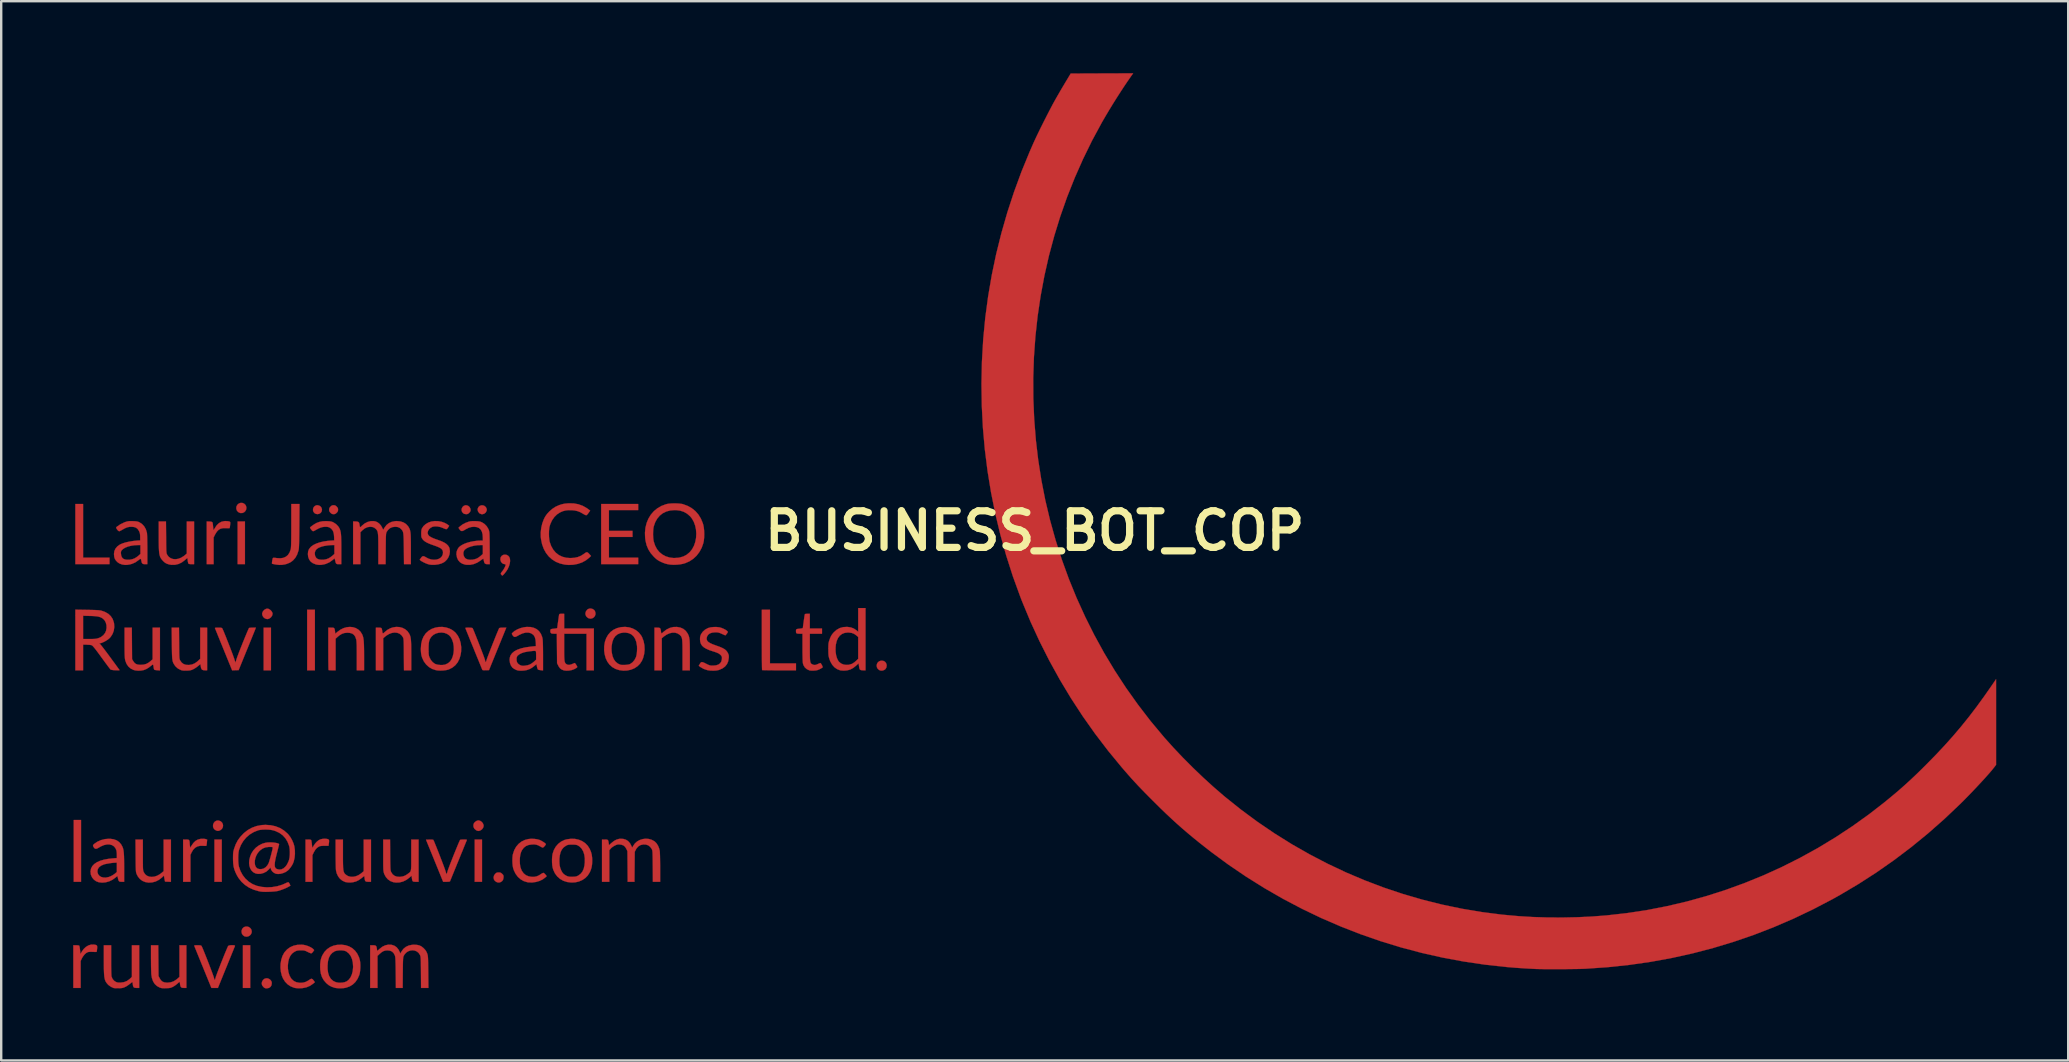
<source format=kicad_pcb>
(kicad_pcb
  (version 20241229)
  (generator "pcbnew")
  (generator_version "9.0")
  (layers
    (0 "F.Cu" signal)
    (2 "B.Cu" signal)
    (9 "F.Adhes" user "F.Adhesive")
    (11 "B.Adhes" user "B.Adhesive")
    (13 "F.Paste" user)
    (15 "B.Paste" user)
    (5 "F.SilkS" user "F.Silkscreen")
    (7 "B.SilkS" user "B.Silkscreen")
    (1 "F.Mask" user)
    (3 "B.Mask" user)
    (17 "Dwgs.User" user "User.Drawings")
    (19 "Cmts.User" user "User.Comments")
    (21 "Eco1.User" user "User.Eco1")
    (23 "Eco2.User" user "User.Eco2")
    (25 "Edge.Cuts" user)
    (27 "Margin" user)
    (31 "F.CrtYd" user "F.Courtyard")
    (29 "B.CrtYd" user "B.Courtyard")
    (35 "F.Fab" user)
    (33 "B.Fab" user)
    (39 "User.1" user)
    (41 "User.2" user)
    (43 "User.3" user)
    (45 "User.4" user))
  (footprint "BUSINESS_BOT_COP"
    (layer "F.Cu")
    (at 40.062 19.068)
    (property "Reference" "BUSINESS_BOT_COP" (at 0 0 0) (layer "F.SilkS") (effects (font (size 1.524 1.524) (thickness 0.3))))
    (attr through_hole)
    (fp_poly (pts (xy -39.735 14.623) (xy -40.04 14.623) (xy -40.04 12.048) (xy -39.735 12.048) (xy -39.735 14.623)) (stroke (width 0.01) (type solid)) (fill yes) (layer "F.Cu"))
    (fp_poly (pts (xy -33.872 14.623) (xy -34.177 14.623) (xy -34.177 12.861) (xy -33.872 12.861) (xy -33.872 14.623)) (stroke (width 0.01) (type solid)) (fill yes) (layer "F.Cu"))
    (fp_poly (pts (xy -32.906 1.389) (xy -33.211 1.389) (xy -33.211 -0.39) (xy -32.906 -0.39) (xy -32.906 1.389)) (stroke (width 0.01) (type solid)) (fill yes) (layer "F.Cu"))
    (fp_poly (pts (xy -32.686 19.046) (xy -32.991 19.046) (xy -32.991 17.267) (xy -32.686 17.267) (xy -32.686 19.046)) (stroke (width 0.01) (type solid)) (fill yes) (layer "F.Cu"))
    (fp_poly (pts (xy -31.822 5.812) (xy -32.127 5.812) (xy -32.127 4.033) (xy -31.822 4.033) (xy -31.822 5.812)) (stroke (width 0.01) (type solid)) (fill yes) (layer "F.Cu"))
    (fp_poly (pts (xy -29.992 5.812) (xy -30.314 5.812) (xy -30.314 3.287) (xy -29.992 3.287) (xy -29.992 5.812)) (stroke (width 0.01) (type solid)) (fill yes) (layer "F.Cu"))
    (fp_poly (pts (xy -23.028 14.623) (xy -23.333 14.623) (xy -23.333 12.861) (xy -23.028 12.861) (xy -23.028 14.623)) (stroke (width 0.01) (type solid)) (fill yes) (layer "F.Cu"))
    (fp_poly (pts (xy -39.65 1.118) (xy -38.549 1.118) (xy -38.549 1.389) (xy -39.972 1.389) (xy -39.972 -1.118) (xy -39.65 -1.118) (xy -39.65 1.118)) (stroke (width 0.01) (type solid)) (fill yes) (layer "F.Cu"))
    (fp_poly (pts (xy -16.521 -0.864) (xy -17.741 -0.864) (xy -17.741 0) (xy -16.758 0) (xy -16.758 0.254) (xy -17.741 0.254) (xy -17.741 1.118) (xy -16.521 1.118) (xy -16.521 1.389) (xy -18.063 1.389) (xy -18.063 -1.118) (xy -16.521 -1.118) (xy -16.521 -0.864)) (stroke (width 0.01) (type solid)) (fill yes) (layer "F.Cu"))
    (fp_poly (pts (xy -29.815 -1.053) (xy -29.754 -1.014) (xy -29.713 -0.956) (xy -29.696 -0.886) (xy -29.709 -0.812) (xy -29.711 -0.805) (xy -29.752 -0.747) (xy -29.812 -0.709) (xy -29.882 -0.696) (xy -29.953 -0.707) (xy -30.007 -0.738) (xy -30.053 -0.795) (xy -30.072 -0.861) (xy -30.066 -0.928) (xy -30.039 -0.989) (xy -29.992 -1.037) (xy -29.929 -1.064) (xy -29.892 -1.068) (xy -29.815 -1.053)) (stroke (width 0.01) (type solid)) (fill yes) (layer "F.Cu"))
    (fp_poly (pts (xy -6.316 5.415) (xy -6.246 5.447) (xy -6.196 5.503) (xy -6.17 5.58) (xy -6.168 5.617) (xy -6.182 5.7) (xy -6.223 5.764) (xy -6.276 5.801) (xy -6.358 5.826) (xy -6.434 5.819) (xy -6.487 5.795) (xy -6.545 5.742) (xy -6.577 5.677) (xy -6.585 5.607) (xy -6.57 5.538) (xy -6.533 5.478) (xy -6.477 5.433) (xy -6.403 5.41) (xy -6.316 5.415)) (stroke (width 0.01) (type solid)) (fill yes) (layer "F.Cu"))
    (fp_poly (pts (xy -33.009 -1.162) (xy -32.942 -1.135) (xy -32.887 -1.084) (xy -32.861 -1.038) (xy -32.844 -0.959) (xy -32.856 -0.885) (xy -32.891 -0.82) (xy -32.945 -0.771) (xy -33.013 -0.743) (xy -33.09 -0.741) (xy -33.116 -0.747) (xy -33.189 -0.784) (xy -33.24 -0.842) (xy -33.266 -0.915) (xy -33.264 -0.995) (xy -33.252 -1.032) (xy -33.21 -1.1) (xy -33.15 -1.144) (xy -33.081 -1.165) (xy -33.009 -1.162)) (stroke (width 0.01) (type solid)) (fill yes) (layer "F.Cu"))
    (fp_poly (pts (xy -32.745 16.507) (xy -32.683 16.551) (xy -32.643 16.606) (xy -32.622 16.68) (xy -32.629 16.751) (xy -32.659 16.814) (xy -32.708 16.865) (xy -32.771 16.899) (xy -32.842 16.911) (xy -32.917 16.897) (xy -32.942 16.885) (xy -33.003 16.834) (xy -33.04 16.765) (xy -33.049 16.684) (xy -33.041 16.635) (xy -33.007 16.565) (xy -32.953 16.516) (xy -32.887 16.49) (xy -32.815 16.487) (xy -32.745 16.507)) (stroke (width 0.01) (type solid)) (fill yes) (layer "F.Cu"))
    (fp_poly (pts (xy -23.659 -1.063) (xy -23.596 -1.036) (xy -23.545 -0.989) (xy -23.512 -0.925) (xy -23.502 -0.863) (xy -23.514 -0.813) (xy -23.551 -0.761) (xy -23.56 -0.752) (xy -23.603 -0.715) (xy -23.645 -0.698) (xy -23.691 -0.695) (xy -23.765 -0.706) (xy -23.812 -0.733) (xy -23.861 -0.792) (xy -23.881 -0.86) (xy -23.873 -0.931) (xy -23.837 -0.997) (xy -23.791 -1.039) (xy -23.726 -1.065) (xy -23.659 -1.063)) (stroke (width 0.01) (type solid)) (fill yes) (layer "F.Cu"))
    (fp_poly (pts (xy -22.929 -1.041) (xy -22.875 -0.995) (xy -22.85 -0.956) (xy -22.832 -0.906) (xy -22.831 -0.863) (xy -22.84 -0.829) (xy -22.875 -0.763) (xy -22.929 -0.718) (xy -22.994 -0.695) (xy -23.063 -0.697) (xy -23.127 -0.726) (xy -23.147 -0.743) (xy -23.196 -0.812) (xy -23.212 -0.884) (xy -23.207 -0.926) (xy -23.175 -0.993) (xy -23.124 -1.039) (xy -23.061 -1.062) (xy -22.994 -1.064) (xy -22.929 -1.041)) (stroke (width 0.01) (type solid)) (fill yes) (layer "F.Cu"))
    (fp_poly (pts (xy -18.42 3.256) (xy -18.358 3.296) (xy -18.324 3.341) (xy -18.3 3.419) (xy -18.303 3.493) (xy -18.33 3.558) (xy -18.376 3.611) (xy -18.437 3.646) (xy -18.506 3.659) (xy -18.58 3.645) (xy -18.617 3.627) (xy -18.679 3.572) (xy -18.714 3.504) (xy -18.72 3.429) (xy -18.698 3.355) (xy -18.648 3.288) (xy -18.629 3.272) (xy -18.565 3.241) (xy -18.492 3.237) (xy -18.42 3.256)) (stroke (width 0.01) (type solid)) (fill yes) (layer "F.Cu"))
    (fp_poly (pts (xy -33.99 12.073) (xy -33.914 12.104) (xy -33.86 12.155) (xy -33.827 12.219) (xy -33.818 12.289) (xy -33.831 12.359) (xy -33.869 12.422) (xy -33.93 12.472) (xy -33.962 12.487) (xy -34.019 12.503) (xy -34.068 12.499) (xy -34.126 12.475) (xy -34.188 12.429) (xy -34.224 12.37) (xy -34.238 12.302) (xy -34.231 12.234) (xy -34.205 12.17) (xy -34.162 12.117) (xy -34.104 12.081) (xy -34.034 12.068) (xy -33.99 12.073)) (stroke (width 0.01) (type solid)) (fill yes) (layer "F.Cu"))
    (fp_poly (pts (xy -31.951 18.648) (xy -31.88 18.681) (xy -31.844 18.713) (xy -31.807 18.76) (xy -31.791 18.805) (xy -31.788 18.851) (xy -31.802 18.937) (xy -31.842 19.002) (xy -31.906 19.045) (xy -31.992 19.062) (xy -32.009 19.063) (xy -32.062 19.057) (xy -32.103 19.036) (xy -32.136 19.006) (xy -32.188 18.94) (xy -32.208 18.873) (xy -32.198 18.799) (xy -32.193 18.785) (xy -32.153 18.713) (xy -32.094 18.665) (xy -32.024 18.643) (xy -31.951 18.648)) (stroke (width 0.01) (type solid)) (fill yes) (layer "F.Cu"))
    (fp_poly (pts (xy -31.936 3.247) (xy -31.896 3.264) (xy -31.836 3.306) (xy -31.788 3.362) (xy -31.759 3.423) (xy -31.754 3.455) (xy -31.77 3.525) (xy -31.811 3.59) (xy -31.869 3.642) (xy -31.937 3.672) (xy -31.974 3.677) (xy -32.018 3.669) (xy -32.069 3.65) (xy -32.075 3.647) (xy -32.134 3.601) (xy -32.174 3.537) (xy -32.19 3.465) (xy -32.187 3.431) (xy -32.158 3.357) (xy -32.103 3.294) (xy -32.033 3.254) (xy -32.026 3.251) (xy -31.977 3.241) (xy -31.936 3.247)) (stroke (width 0.01) (type solid)) (fill yes) (layer "F.Cu"))
    (fp_poly (pts (xy -23.11 12.08) (xy -23.045 12.122) (xy -22.994 12.181) (xy -22.965 12.252) (xy -22.96 12.291) (xy -22.976 12.359) (xy -23.017 12.422) (xy -23.076 12.472) (xy -23.145 12.501) (xy -23.183 12.505) (xy -23.224 12.496) (xy -23.272 12.475) (xy -23.277 12.472) (xy -23.344 12.414) (xy -23.381 12.343) (xy -23.388 12.285) (xy -23.381 12.229) (xy -23.363 12.179) (xy -23.36 12.174) (xy -23.315 12.126) (xy -23.257 12.087) (xy -23.198 12.066) (xy -23.18 12.065) (xy -23.11 12.08)) (stroke (width 0.01) (type solid)) (fill yes) (layer "F.Cu"))
    (fp_poly (pts (xy -29.161 -1.062) (xy -29.119 -1.042) (xy -29.084 -1.01) (xy -29.046 -0.966) (xy -29.029 -0.924) (xy -29.026 -0.881) (xy -29.031 -0.829) (xy -29.052 -0.788) (xy -29.084 -0.752) (xy -29.128 -0.715) (xy -29.17 -0.698) (xy -29.213 -0.695) (xy -29.264 -0.7) (xy -29.306 -0.72) (xy -29.341 -0.752) (xy -29.379 -0.797) (xy -29.396 -0.839) (xy -29.399 -0.881) (xy -29.394 -0.933) (xy -29.373 -0.974) (xy -29.341 -1.01) (xy -29.297 -1.048) (xy -29.255 -1.064) (xy -29.213 -1.068) (xy -29.161 -1.062)) (stroke (width 0.01) (type solid)) (fill yes) (layer "F.Cu"))
    (fp_poly (pts (xy -22.278 14.237) (xy -22.237 14.252) (xy -22.195 14.286) (xy -22.19 14.291) (xy -22.152 14.331) (xy -22.134 14.368) (xy -22.13 14.419) (xy -22.13 14.428) (xy -22.143 14.517) (xy -22.181 14.586) (xy -22.242 14.631) (xy -22.313 14.654) (xy -22.38 14.649) (xy -22.435 14.627) (xy -22.498 14.579) (xy -22.536 14.515) (xy -22.546 14.442) (xy -22.53 14.367) (xy -22.485 14.297) (xy -22.477 14.29) (xy -22.437 14.255) (xy -22.399 14.238) (xy -22.345 14.234) (xy -22.336 14.233) (xy -22.278 14.237)) (stroke (width 0.01) (type solid)) (fill yes) (layer "F.Cu"))
    (fp_poly (pts (xy -11.031 5.524) (xy -9.946 5.524) (xy -9.946 5.812) (xy -10.647 5.812) (xy -10.798 5.812) (xy -10.938 5.811) (xy -11.064 5.81) (xy -11.172 5.808) (xy -11.259 5.806) (xy -11.321 5.804) (xy -11.354 5.802) (xy -11.359 5.801) (xy -11.36 5.782) (xy -11.362 5.733) (xy -11.364 5.655) (xy -11.365 5.551) (xy -11.367 5.423) (xy -11.368 5.276) (xy -11.369 5.11) (xy -11.369 4.929) (xy -11.37 4.736) (xy -11.37 4.538) (xy -11.37 3.287) (xy -11.031 3.287) (xy -11.031 5.524)) (stroke (width 0.01) (type solid)) (fill yes) (layer "F.Cu"))
    (fp_poly (pts (xy -22.003 1.002) (xy -21.94 1.036) (xy -21.893 1.088) (xy -21.865 1.164) (xy -21.858 1.259) (xy -21.873 1.367) (xy -21.907 1.48) (xy -21.96 1.594) (xy -21.974 1.618) (xy -22.012 1.676) (xy -22.056 1.735) (xy -22.1 1.79) (xy -22.14 1.833) (xy -22.17 1.86) (xy -22.18 1.864) (xy -22.2 1.853) (xy -22.22 1.833) (xy -22.242 1.802) (xy -22.244 1.772) (xy -22.225 1.735) (xy -22.189 1.69) (xy -22.146 1.633) (xy -22.105 1.567) (xy -22.072 1.502) (xy -22.05 1.448) (xy -22.045 1.42) (xy -22.058 1.394) (xy -22.08 1.389) (xy -22.148 1.374) (xy -22.204 1.333) (xy -22.244 1.274) (xy -22.263 1.203) (xy -22.258 1.129) (xy -22.246 1.094) (xy -22.203 1.037) (xy -22.144 1.003) (xy -22.074 0.991) (xy -22.003 1.002)) (stroke (width 0.01) (type solid)) (fill yes) (layer "F.Cu"))
    (fp_poly (pts (xy -34.571 12.837) (xy -34.543 12.844) (xy -34.481 12.864) (xy -34.492 12.985) (xy -34.499 13.047) (xy -34.506 13.095) (xy -34.512 13.121) (xy -34.512 13.121) (xy -34.532 13.127) (xy -34.576 13.128) (xy -34.636 13.125) (xy -34.642 13.124) (xy -34.775 13.124) (xy -34.889 13.151) (xy -34.985 13.207) (xy -35.066 13.292) (xy -35.126 13.394) (xy -35.177 13.501) (xy -35.177 14.623) (xy -35.482 14.623) (xy -35.482 12.861) (xy -35.364 12.861) (xy -35.291 12.864) (xy -35.246 12.877) (xy -35.222 12.906) (xy -35.212 12.956) (xy -35.21 13) (xy -35.206 13.066) (xy -35.198 13.132) (xy -35.197 13.14) (xy -35.185 13.208) (xy -35.138 13.127) (xy -35.058 13.01) (xy -34.972 12.924) (xy -34.877 12.867) (xy -34.769 12.837) (xy -34.721 12.831) (xy -34.641 12.83) (xy -34.571 12.837)) (stroke (width 0.01) (type solid)) (fill yes) (layer "F.Cu"))
    (fp_poly (pts (xy -39.135 17.249) (xy -39.09 17.266) (xy -39.067 17.295) (xy -39.062 17.343) (xy -39.066 17.408) (xy -39.073 17.469) (xy -39.08 17.516) (xy -39.085 17.54) (xy -39.085 17.541) (xy -39.104 17.545) (xy -39.148 17.546) (xy -39.211 17.544) (xy -39.241 17.543) (xy -39.343 17.54) (xy -39.42 17.546) (xy -39.452 17.553) (xy -39.525 17.593) (xy -39.597 17.659) (xy -39.662 17.746) (xy -39.7 17.814) (xy -39.752 17.924) (xy -39.752 19.046) (xy -40.057 19.046) (xy -40.057 17.267) (xy -39.939 17.267) (xy -39.866 17.27) (xy -39.821 17.279) (xy -39.808 17.288) (xy -39.801 17.313) (xy -39.791 17.363) (xy -39.782 17.43) (xy -39.777 17.47) (xy -39.76 17.631) (xy -39.704 17.534) (xy -39.625 17.423) (xy -39.531 17.335) (xy -39.426 17.273) (xy -39.315 17.24) (xy -39.208 17.238) (xy -39.135 17.249)) (stroke (width 0.01) (type solid)) (fill yes) (layer "F.Cu"))
    (fp_poly (pts (xy -29.489 12.836) (xy -29.452 12.846) (xy -29.423 12.86) (xy -29.406 12.881) (xy -29.4 12.916) (xy -29.403 12.972) (xy -29.413 13.047) (xy -29.424 13.124) (xy -29.594 13.124) (xy -29.678 13.125) (xy -29.738 13.13) (xy -29.783 13.139) (xy -29.822 13.155) (xy -29.833 13.161) (xy -29.911 13.215) (xy -29.977 13.292) (xy -30.038 13.396) (xy -30.045 13.412) (xy -30.094 13.513) (xy -30.094 14.068) (xy -30.094 14.623) (xy -30.382 14.623) (xy -30.382 12.861) (xy -30.274 12.861) (xy -30.206 12.864) (xy -30.161 12.874) (xy -30.148 12.882) (xy -30.138 12.908) (xy -30.129 12.959) (xy -30.12 13.025) (xy -30.118 13.052) (xy -30.111 13.118) (xy -30.104 13.169) (xy -30.098 13.197) (xy -30.096 13.2) (xy -30.082 13.186) (xy -30.06 13.151) (xy -30.043 13.12) (xy -29.986 13.035) (xy -29.915 12.956) (xy -29.837 12.893) (xy -29.761 12.855) (xy -29.673 12.834) (xy -29.577 12.828) (xy -29.489 12.836)) (stroke (width 0.01) (type solid)) (fill yes) (layer "F.Cu"))
    (fp_poly (pts (xy -33.651 -0.404) (xy -33.592 -0.397) (xy -33.558 -0.389) (xy -33.534 -0.379) (xy -33.521 -0.365) (xy -33.517 -0.338) (xy -33.519 -0.292) (xy -33.523 -0.252) (xy -33.53 -0.19) (xy -33.537 -0.142) (xy -33.543 -0.117) (xy -33.543 -0.116) (xy -33.564 -0.11) (xy -33.609 -0.108) (xy -33.669 -0.111) (xy -33.683 -0.112) (xy -33.809 -0.113) (xy -33.914 -0.091) (xy -34.001 -0.044) (xy -34.075 0.032) (xy -34.142 0.138) (xy -34.152 0.156) (xy -34.211 0.276) (xy -34.211 1.389) (xy -34.499 1.389) (xy -34.499 -0.39) (xy -34.419 -0.389) (xy -34.336 -0.385) (xy -34.284 -0.372) (xy -34.257 -0.349) (xy -34.255 -0.344) (xy -34.249 -0.316) (xy -34.242 -0.265) (xy -34.236 -0.198) (xy -34.234 -0.177) (xy -34.228 -0.112) (xy -34.221 -0.062) (xy -34.215 -0.036) (xy -34.213 -0.034) (xy -34.2 -0.048) (xy -34.178 -0.082) (xy -34.163 -0.109) (xy -34.084 -0.23) (xy -33.992 -0.319) (xy -33.887 -0.377) (xy -33.768 -0.404) (xy -33.718 -0.407) (xy -33.651 -0.404)) (stroke (width 0.01) (type solid)) (fill yes) (layer "F.Cu"))
    (fp_poly (pts (xy -37.614 4.689) (xy -37.609 5.346) (xy -37.562 5.425) (xy -37.512 5.496) (xy -37.454 5.543) (xy -37.382 5.571) (xy -37.287 5.582) (xy -37.244 5.583) (xy -37.119 5.573) (xy -37.011 5.542) (xy -36.909 5.484) (xy -36.833 5.423) (xy -36.753 5.352) (xy -36.753 4.033) (xy -36.448 4.033) (xy -36.448 5.816) (xy -36.558 5.809) (xy -36.617 5.803) (xy -36.664 5.794) (xy -36.685 5.785) (xy -36.697 5.759) (xy -36.708 5.713) (xy -36.712 5.684) (xy -36.721 5.618) (xy -36.731 5.582) (xy -36.747 5.573) (xy -36.776 5.589) (xy -36.816 5.622) (xy -36.924 5.704) (xy -37.023 5.762) (xy -37.12 5.8) (xy -37.126 5.802) (xy -37.232 5.822) (xy -37.349 5.827) (xy -37.464 5.817) (xy -37.546 5.797) (xy -37.664 5.739) (xy -37.762 5.655) (xy -37.837 5.547) (xy -37.888 5.418) (xy -37.895 5.389) (xy -37.903 5.351) (xy -37.909 5.305) (xy -37.913 5.248) (xy -37.917 5.176) (xy -37.919 5.085) (xy -37.921 4.972) (xy -37.922 4.832) (xy -37.922 4.663) (xy -37.922 4.652) (xy -37.922 4.033) (xy -37.619 4.033) (xy -37.614 4.689)) (stroke (width 0.01) (type solid)) (fill yes) (layer "F.Cu"))
    (fp_poly (pts (xy -37.159 13.501) (xy -37.159 13.665) (xy -37.159 13.798) (xy -37.158 13.906) (xy -37.157 13.99) (xy -37.155 14.054) (xy -37.152 14.103) (xy -37.148 14.14) (xy -37.142 14.168) (xy -37.135 14.191) (xy -37.125 14.213) (xy -37.119 14.227) (xy -37.063 14.311) (xy -36.987 14.372) (xy -36.895 14.408) (xy -36.791 14.42) (xy -36.681 14.408) (xy -36.567 14.371) (xy -36.454 14.309) (xy -36.376 14.249) (xy -36.295 14.18) (xy -36.295 12.861) (xy -35.99 12.861) (xy -35.99 14.625) (xy -36.113 14.62) (xy -36.236 14.615) (xy -36.248 14.555) (xy -36.26 14.496) (xy -36.27 14.433) (xy -36.271 14.431) (xy -36.28 14.366) (xy -36.36 14.441) (xy -36.489 14.541) (xy -36.628 14.611) (xy -36.773 14.649) (xy -36.922 14.657) (xy -37.059 14.634) (xy -37.178 14.585) (xy -37.282 14.507) (xy -37.366 14.404) (xy -37.418 14.303) (xy -37.427 14.278) (xy -37.435 14.253) (xy -37.442 14.225) (xy -37.447 14.19) (xy -37.45 14.144) (xy -37.453 14.085) (xy -37.456 14.007) (xy -37.458 13.909) (xy -37.459 13.785) (xy -37.46 13.633) (xy -37.461 13.535) (xy -37.466 12.861) (xy -37.16 12.861) (xy -37.159 13.501)) (stroke (width 0.01) (type solid)) (fill yes) (layer "F.Cu"))
    (fp_poly (pts (xy -30.64 -0.199) (xy -30.642 0.007) (xy -30.644 0.181) (xy -30.646 0.328) (xy -30.648 0.449) (xy -30.651 0.548) (xy -30.654 0.628) (xy -30.657 0.691) (xy -30.661 0.741) (xy -30.666 0.78) (xy -30.672 0.811) (xy -30.676 0.827) (xy -30.732 0.99) (xy -30.809 1.127) (xy -30.907 1.236) (xy -31.026 1.321) (xy -31.168 1.379) (xy -31.244 1.399) (xy -31.358 1.417) (xy -31.47 1.42) (xy -31.593 1.407) (xy -31.65 1.398) (xy -31.71 1.386) (xy -31.756 1.376) (xy -31.778 1.37) (xy -31.779 1.37) (xy -31.781 1.347) (xy -31.778 1.303) (xy -31.77 1.248) (xy -31.76 1.194) (xy -31.75 1.151) (xy -31.741 1.133) (xy -31.723 1.124) (xy -31.687 1.122) (xy -31.629 1.128) (xy -31.581 1.135) (xy -31.436 1.144) (xy -31.31 1.126) (xy -31.203 1.08) (xy -31.115 1.006) (xy -31.048 0.905) (xy -31.001 0.778) (xy -30.998 0.764) (xy -30.992 0.733) (xy -30.988 0.686) (xy -30.984 0.622) (xy -30.981 0.537) (xy -30.979 0.43) (xy -30.977 0.299) (xy -30.976 0.14) (xy -30.975 -0.048) (xy -30.975 -0.225) (xy -30.975 -1.118) (xy -30.633 -1.118) (xy -30.64 -0.199)) (stroke (width 0.01) (type solid)) (fill yes) (layer "F.Cu"))
    (fp_poly (pts (xy -36.507 18.548) (xy -36.456 18.648) (xy -36.406 18.726) (xy -36.347 18.779) (xy -36.272 18.811) (xy -36.174 18.824) (xy -36.128 18.825) (xy -35.996 18.811) (xy -35.873 18.767) (xy -35.755 18.691) (xy -35.715 18.657) (xy -35.635 18.585) (xy -35.635 17.267) (xy -35.346 17.267) (xy -35.346 19.046) (xy -35.446 19.046) (xy -35.515 19.041) (xy -35.561 19.023) (xy -35.588 18.986) (xy -35.605 18.923) (xy -35.61 18.889) (xy -35.617 18.837) (xy -35.625 18.801) (xy -35.63 18.792) (xy -35.646 18.802) (xy -35.679 18.83) (xy -35.723 18.869) (xy -35.726 18.872) (xy -35.79 18.924) (xy -35.864 18.974) (xy -35.915 19.003) (xy -35.966 19.026) (xy -36.012 19.041) (xy -36.063 19.05) (xy -36.131 19.055) (xy -36.194 19.058) (xy -36.283 19.059) (xy -36.348 19.056) (xy -36.4 19.048) (xy -36.447 19.033) (xy -36.458 19.029) (xy -36.573 18.966) (xy -36.666 18.879) (xy -36.736 18.767) (xy -36.783 18.631) (xy -36.803 18.512) (xy -36.808 18.457) (xy -36.811 18.373) (xy -36.815 18.267) (xy -36.818 18.143) (xy -36.819 18.009) (xy -36.82 17.868) (xy -36.821 17.813) (xy -36.821 17.267) (xy -36.518 17.267) (xy -36.507 18.548)) (stroke (width 0.01) (type solid)) (fill yes) (layer "F.Cu"))
    (fp_poly (pts (xy -28.823 13.476) (xy -28.823 13.655) (xy -28.822 13.803) (xy -28.819 13.924) (xy -28.816 14.022) (xy -28.809 14.099) (xy -28.801 14.159) (xy -28.789 14.206) (xy -28.773 14.243) (xy -28.754 14.274) (xy -28.73 14.301) (xy -28.705 14.324) (xy -28.617 14.382) (xy -28.514 14.412) (xy -28.403 14.416) (xy -28.287 14.393) (xy -28.171 14.344) (xy -28.061 14.27) (xy -28.039 14.251) (xy -27.959 14.18) (xy -27.959 12.861) (xy -27.654 12.861) (xy -27.654 14.623) (xy -27.762 14.623) (xy -27.832 14.62) (xy -27.876 14.606) (xy -27.901 14.575) (xy -27.915 14.521) (xy -27.92 14.48) (xy -27.926 14.429) (xy -27.933 14.395) (xy -27.937 14.386) (xy -27.952 14.396) (xy -27.987 14.422) (xy -28.034 14.459) (xy -28.04 14.465) (xy -28.161 14.551) (xy -28.278 14.609) (xy -28.401 14.641) (xy -28.498 14.651) (xy -28.616 14.65) (xy -28.709 14.636) (xy -28.731 14.63) (xy -28.846 14.577) (xy -28.946 14.497) (xy -29.025 14.394) (xy -29.083 14.271) (xy -29.111 14.157) (xy -29.115 14.116) (xy -29.119 14.046) (xy -29.122 13.952) (xy -29.124 13.837) (xy -29.126 13.708) (xy -29.127 13.569) (xy -29.128 13.458) (xy -29.128 12.861) (xy -28.823 12.861) (xy -28.823 13.476)) (stroke (width 0.01) (type solid)) (fill yes) (layer "F.Cu"))
    (fp_poly (pts (xy -26.466 4.01) (xy -26.34 4.044) (xy -26.228 4.102) (xy -26.133 4.183) (xy -26.063 4.284) (xy -26.061 4.287) (xy -26.04 4.33) (xy -26.023 4.374) (xy -26.009 4.422) (xy -25.999 4.479) (xy -25.99 4.546) (xy -25.985 4.63) (xy -25.98 4.732) (xy -25.978 4.857) (xy -25.977 5.009) (xy -25.976 5.189) (xy -25.976 5.812) (xy -26.28 5.812) (xy -26.285 5.155) (xy -26.286 4.989) (xy -26.287 4.852) (xy -26.289 4.743) (xy -26.291 4.657) (xy -26.293 4.591) (xy -26.297 4.542) (xy -26.301 4.505) (xy -26.306 4.478) (xy -26.313 4.457) (xy -26.322 4.438) (xy -26.327 4.429) (xy -26.391 4.342) (xy -26.472 4.281) (xy -26.568 4.247) (xy -26.675 4.238) (xy -26.788 4.255) (xy -26.903 4.299) (xy -27.018 4.369) (xy -27.065 4.407) (xy -27.145 4.476) (xy -27.145 5.812) (xy -27.45 5.812) (xy -27.45 4.033) (xy -27.342 4.033) (xy -27.275 4.036) (xy -27.23 4.046) (xy -27.217 4.054) (xy -27.204 4.082) (xy -27.193 4.131) (xy -27.188 4.16) (xy -27.178 4.227) (xy -27.168 4.263) (xy -27.151 4.271) (xy -27.123 4.254) (xy -27.081 4.216) (xy -26.965 4.122) (xy -26.843 4.057) (xy -26.738 4.023) (xy -26.6 4.002) (xy -26.466 4.01)) (stroke (width 0.01) (type solid)) (fill yes) (layer "F.Cu"))
    (fp_poly (pts (xy -14.765 4.03) (xy -14.644 4.083) (xy -14.545 4.162) (xy -14.467 4.266) (xy -14.458 4.282) (xy -14.437 4.325) (xy -14.419 4.367) (xy -14.404 4.412) (xy -14.393 4.463) (xy -14.384 4.523) (xy -14.378 4.597) (xy -14.374 4.689) (xy -14.371 4.802) (xy -14.37 4.939) (xy -14.369 5.106) (xy -14.369 5.186) (xy -14.369 5.812) (xy -14.674 5.812) (xy -14.674 5.18) (xy -14.674 5.001) (xy -14.675 4.853) (xy -14.677 4.733) (xy -14.681 4.636) (xy -14.686 4.559) (xy -14.695 4.499) (xy -14.706 4.452) (xy -14.721 4.416) (xy -14.74 4.386) (xy -14.764 4.359) (xy -14.792 4.332) (xy -14.793 4.331) (xy -14.881 4.274) (xy -14.983 4.244) (xy -15.094 4.242) (xy -15.211 4.268) (xy -15.329 4.32) (xy -15.445 4.398) (xy -15.455 4.407) (xy -15.538 4.477) (xy -15.538 5.812) (xy -15.843 5.812) (xy -15.843 4.033) (xy -15.735 4.033) (xy -15.665 4.036) (xy -15.62 4.049) (xy -15.595 4.078) (xy -15.581 4.127) (xy -15.579 4.146) (xy -15.569 4.217) (xy -15.56 4.258) (xy -15.547 4.272) (xy -15.525 4.262) (xy -15.491 4.231) (xy -15.474 4.215) (xy -15.344 4.114) (xy -15.205 4.045) (xy -15.058 4.008) (xy -14.906 4.004) (xy -14.765 4.03)) (stroke (width 0.01) (type solid)) (fill yes) (layer "F.Cu"))
    (fp_poly (pts (xy -36.19 0.267) (xy -36.189 0.434) (xy -36.188 0.57) (xy -36.186 0.679) (xy -36.184 0.765) (xy -36.182 0.831) (xy -36.178 0.881) (xy -36.174 0.917) (xy -36.168 0.944) (xy -36.161 0.966) (xy -36.153 0.984) (xy -36.148 0.993) (xy -36.085 1.079) (xy -36.003 1.139) (xy -35.907 1.174) (xy -35.8 1.183) (xy -35.687 1.166) (xy -35.572 1.123) (xy -35.458 1.054) (xy -35.41 1.016) (xy -35.33 0.946) (xy -35.33 -0.39) (xy -35.025 -0.39) (xy -35.025 1.389) (xy -35.133 1.389) (xy -35.206 1.385) (xy -35.25 1.374) (xy -35.26 1.367) (xy -35.272 1.338) (xy -35.283 1.288) (xy -35.29 1.239) (xy -35.296 1.185) (xy -35.303 1.147) (xy -35.308 1.135) (xy -35.324 1.146) (xy -35.357 1.174) (xy -35.402 1.213) (xy -35.408 1.219) (xy -35.536 1.315) (xy -35.674 1.381) (xy -35.819 1.415) (xy -35.968 1.417) (xy -36.067 1.4) (xy -36.161 1.37) (xy -36.236 1.329) (xy -36.305 1.269) (xy -36.324 1.249) (xy -36.364 1.204) (xy -36.398 1.16) (xy -36.425 1.114) (xy -36.447 1.063) (xy -36.464 1.002) (xy -36.477 0.93) (xy -36.486 0.841) (xy -36.492 0.733) (xy -36.496 0.602) (xy -36.498 0.444) (xy -36.498 0.257) (xy -36.498 0.225) (xy -36.499 -0.39) (xy -36.196 -0.39) (xy -36.19 0.267)) (stroke (width 0.01) (type solid)) (fill yes) (layer "F.Cu"))
    (fp_poly (pts (xy -38.481 17.889) (xy -38.481 18.049) (xy -38.479 18.193) (xy -38.477 18.32) (xy -38.474 18.425) (xy -38.471 18.505) (xy -38.467 18.557) (xy -38.464 18.573) (xy -38.421 18.672) (xy -38.353 18.75) (xy -38.295 18.788) (xy -38.249 18.809) (xy -38.204 18.82) (xy -38.147 18.824) (xy -38.083 18.822) (xy -37.946 18.804) (xy -37.827 18.758) (xy -37.719 18.682) (xy -37.689 18.655) (xy -37.617 18.584) (xy -37.617 17.267) (xy -37.312 17.267) (xy -37.312 19.046) (xy -37.406 19.046) (xy -37.48 19.043) (xy -37.527 19.029) (xy -37.555 19.001) (xy -37.57 18.951) (xy -37.576 18.915) (xy -37.583 18.859) (xy -37.591 18.819) (xy -37.595 18.804) (xy -37.61 18.808) (xy -37.643 18.83) (xy -37.687 18.866) (xy -37.69 18.868) (xy -37.755 18.918) (xy -37.831 18.969) (xy -37.887 19) (xy -37.942 19.025) (xy -37.989 19.041) (xy -38.04 19.051) (xy -38.106 19.056) (xy -38.167 19.058) (xy -38.244 19.058) (xy -38.313 19.056) (xy -38.363 19.051) (xy -38.38 19.048) (xy -38.49 18.998) (xy -38.587 18.929) (xy -38.621 18.896) (xy -38.659 18.852) (xy -38.691 18.808) (xy -38.717 18.763) (xy -38.737 18.711) (xy -38.753 18.649) (xy -38.766 18.575) (xy -38.774 18.484) (xy -38.78 18.373) (xy -38.784 18.239) (xy -38.785 18.078) (xy -38.786 17.887) (xy -38.786 17.881) (xy -38.786 17.267) (xy -38.481 17.267) (xy -38.481 17.889)) (stroke (width 0.01) (type solid)) (fill yes) (layer "F.Cu"))
    (fp_poly (pts (xy -28.406 4.015) (xy -28.288 4.052) (xy -28.182 4.114) (xy -28.093 4.2) (xy -28.024 4.31) (xy -28.02 4.319) (xy -28.001 4.366) (xy -27.985 4.416) (xy -27.972 4.473) (xy -27.962 4.54) (xy -27.955 4.621) (xy -27.949 4.72) (xy -27.946 4.84) (xy -27.943 4.986) (xy -27.942 5.16) (xy -27.942 5.24) (xy -27.942 5.812) (xy -28.247 5.812) (xy -28.247 5.214) (xy -28.247 5.046) (xy -28.248 4.909) (xy -28.249 4.797) (xy -28.252 4.709) (xy -28.256 4.64) (xy -28.26 4.587) (xy -28.266 4.545) (xy -28.273 4.516) (xy -28.311 4.41) (xy -28.365 4.333) (xy -28.438 4.281) (xy -28.533 4.253) (xy -28.636 4.245) (xy -28.755 4.256) (xy -28.863 4.291) (xy -28.967 4.354) (xy -29.039 4.413) (xy -29.128 4.493) (xy -29.128 5.812) (xy -29.269 5.812) (xy -29.335 5.811) (xy -29.388 5.807) (xy -29.418 5.802) (xy -29.422 5.801) (xy -29.424 5.782) (xy -29.426 5.733) (xy -29.428 5.656) (xy -29.429 5.555) (xy -29.431 5.433) (xy -29.432 5.293) (xy -29.432 5.138) (xy -29.433 4.972) (xy -29.433 4.911) (xy -29.433 4.033) (xy -29.315 4.033) (xy -29.248 4.035) (xy -29.205 4.044) (xy -29.179 4.068) (xy -29.165 4.112) (xy -29.154 4.183) (xy -29.153 4.189) (xy -29.141 4.286) (xy -29.055 4.211) (xy -28.93 4.119) (xy -28.799 4.054) (xy -28.666 4.016) (xy -28.533 4.003) (xy -28.406 4.015)) (stroke (width 0.01) (type solid)) (fill yes) (layer "F.Cu"))
    (fp_poly (pts (xy -35.648 4.681) (xy -35.647 4.846) (xy -35.645 4.982) (xy -35.644 5.09) (xy -35.642 5.175) (xy -35.639 5.24) (xy -35.636 5.289) (xy -35.631 5.325) (xy -35.626 5.351) (xy -35.619 5.372) (xy -35.61 5.391) (xy -35.606 5.399) (xy -35.543 5.488) (xy -35.465 5.548) (xy -35.368 5.582) (xy -35.251 5.589) (xy -35.227 5.588) (xy -35.107 5.567) (xy -34.998 5.521) (xy -34.893 5.447) (xy -34.859 5.416) (xy -34.77 5.333) (xy -34.77 4.033) (xy -34.482 4.033) (xy -34.482 5.812) (xy -34.563 5.812) (xy -34.64 5.806) (xy -34.691 5.787) (xy -34.722 5.749) (xy -34.74 5.687) (xy -34.743 5.668) (xy -34.752 5.613) (xy -34.759 5.574) (xy -34.763 5.56) (xy -34.778 5.567) (xy -34.81 5.592) (xy -34.854 5.629) (xy -34.859 5.633) (xy -34.925 5.684) (xy -35.002 5.735) (xy -35.055 5.764) (xy -35.112 5.79) (xy -35.162 5.807) (xy -35.219 5.817) (xy -35.294 5.822) (xy -35.326 5.824) (xy -35.418 5.825) (xy -35.487 5.821) (xy -35.543 5.81) (xy -35.575 5.8) (xy -35.695 5.74) (xy -35.793 5.654) (xy -35.838 5.595) (xy -35.863 5.555) (xy -35.885 5.518) (xy -35.902 5.48) (xy -35.916 5.437) (xy -35.926 5.386) (xy -35.935 5.323) (xy -35.941 5.244) (xy -35.945 5.147) (xy -35.948 5.027) (xy -35.95 4.88) (xy -35.952 4.703) (xy -35.952 4.689) (xy -35.959 4.033) (xy -35.653 4.033) (xy -35.648 4.681)) (stroke (width 0.01) (type solid)) (fill yes) (layer "F.Cu"))
    (fp_poly (pts (xy -26.854 13.501) (xy -26.853 13.665) (xy -26.851 13.8) (xy -26.849 13.908) (xy -26.847 13.992) (xy -26.845 14.058) (xy -26.841 14.107) (xy -26.836 14.144) (xy -26.83 14.172) (xy -26.823 14.194) (xy -26.814 14.216) (xy -26.813 14.217) (xy -26.755 14.308) (xy -26.676 14.371) (xy -26.577 14.408) (xy -26.459 14.417) (xy -26.425 14.414) (xy -26.323 14.398) (xy -26.234 14.365) (xy -26.146 14.311) (xy -26.119 14.291) (xy -26.083 14.264) (xy -26.054 14.242) (xy -26.031 14.221) (xy -26.013 14.197) (xy -26 14.167) (xy -25.99 14.127) (xy -25.983 14.074) (xy -25.979 14.003) (xy -25.977 13.913) (xy -25.977 13.799) (xy -25.977 13.657) (xy -25.977 13.509) (xy -25.976 12.861) (xy -25.671 12.861) (xy -25.671 14.623) (xy -25.789 14.623) (xy -25.856 14.621) (xy -25.899 14.612) (xy -25.924 14.588) (xy -25.939 14.544) (xy -25.95 14.473) (xy -25.951 14.467) (xy -25.963 14.369) (xy -26.046 14.444) (xy -26.179 14.544) (xy -26.321 14.613) (xy -26.468 14.65) (xy -26.619 14.655) (xy -26.726 14.639) (xy -26.845 14.594) (xy -26.95 14.521) (xy -27.035 14.424) (xy -27.098 14.307) (xy -27.109 14.277) (xy -27.118 14.247) (xy -27.126 14.217) (xy -27.132 14.185) (xy -27.136 14.145) (xy -27.14 14.095) (xy -27.142 14.03) (xy -27.144 13.947) (xy -27.145 13.841) (xy -27.145 13.711) (xy -27.145 13.551) (xy -27.145 13.513) (xy -27.145 12.861) (xy -26.859 12.861) (xy -26.854 13.501)) (stroke (width 0.01) (type solid)) (fill yes) (layer "F.Cu"))
    (fp_poly (pts (xy -32.468 4.079) (xy -32.477 4.104) (xy -32.498 4.156) (xy -32.529 4.234) (xy -32.57 4.334) (xy -32.618 4.453) (xy -32.673 4.587) (xy -32.733 4.735) (xy -32.797 4.893) (xy -32.827 4.965) (xy -33.169 5.804) (xy -33.305 5.808) (xy -33.44 5.813) (xy -33.796 4.939) (xy -33.862 4.776) (xy -33.925 4.623) (xy -33.982 4.481) (xy -34.034 4.355) (xy -34.078 4.246) (xy -34.113 4.159) (xy -34.139 4.095) (xy -34.154 4.058) (xy -34.158 4.049) (xy -34.145 4.041) (xy -34.104 4.036) (xy -34.04 4.033) (xy -34.02 4.033) (xy -33.946 4.034) (xy -33.897 4.039) (xy -33.868 4.049) (xy -33.852 4.062) (xy -33.84 4.086) (xy -33.817 4.136) (xy -33.785 4.21) (xy -33.747 4.304) (xy -33.703 4.412) (xy -33.656 4.532) (xy -33.606 4.658) (xy -33.556 4.786) (xy -33.507 4.913) (xy -33.461 5.034) (xy -33.419 5.146) (xy -33.384 5.243) (xy -33.356 5.322) (xy -33.337 5.378) (xy -33.33 5.402) (xy -33.318 5.45) (xy -33.307 5.48) (xy -33.302 5.485) (xy -33.295 5.466) (xy -33.281 5.424) (xy -33.264 5.366) (xy -33.262 5.361) (xy -33.247 5.314) (xy -33.222 5.243) (xy -33.188 5.153) (xy -33.148 5.047) (xy -33.103 4.931) (xy -33.054 4.808) (xy -33.004 4.681) (xy -32.953 4.556) (xy -32.904 4.436) (xy -32.858 4.325) (xy -32.817 4.227) (xy -32.782 4.146) (xy -32.756 4.087) (xy -32.739 4.054) (xy -32.734 4.048) (xy -32.707 4.041) (xy -32.656 4.036) (xy -32.592 4.033) (xy -32.581 4.033) (xy -32.451 4.033) (xy -32.468 4.079)) (stroke (width 0.01) (type solid)) (fill yes) (layer "F.Cu"))
    (fp_poly (pts (xy -23.551 4.034) (xy -23.493 4.038) (xy -23.446 4.044) (xy -23.422 4.053) (xy -23.421 4.054) (xy -23.41 4.076) (xy -23.388 4.125) (xy -23.358 4.197) (xy -23.321 4.289) (xy -23.278 4.395) (xy -23.232 4.513) (xy -23.183 4.637) (xy -23.134 4.763) (xy -23.086 4.888) (xy -23.04 5.007) (xy -22.999 5.116) (xy -22.963 5.211) (xy -22.936 5.287) (xy -22.917 5.34) (xy -22.91 5.363) (xy -22.893 5.43) (xy -22.88 5.465) (xy -22.869 5.469) (xy -22.857 5.442) (xy -22.84 5.387) (xy -22.84 5.385) (xy -22.827 5.346) (xy -22.804 5.281) (xy -22.772 5.196) (xy -22.733 5.094) (xy -22.689 4.98) (xy -22.641 4.857) (xy -22.591 4.73) (xy -22.54 4.602) (xy -22.491 4.479) (xy -22.445 4.363) (xy -22.402 4.26) (xy -22.366 4.174) (xy -22.338 4.108) (xy -22.319 4.066) (xy -22.312 4.054) (xy -22.284 4.042) (xy -22.223 4.035) (xy -22.156 4.033) (xy -22.016 4.033) (xy -22.377 4.918) (xy -22.738 5.804) (xy -22.872 5.808) (xy -22.947 5.809) (xy -22.993 5.805) (xy -23.014 5.795) (xy -23.016 5.791) (xy -23.023 5.772) (xy -23.043 5.724) (xy -23.073 5.651) (xy -23.112 5.555) (xy -23.159 5.44) (xy -23.213 5.307) (xy -23.273 5.162) (xy -23.337 5.005) (xy -23.373 4.915) (xy -23.439 4.754) (xy -23.501 4.603) (xy -23.557 4.463) (xy -23.607 4.339) (xy -23.65 4.233) (xy -23.684 4.148) (xy -23.708 4.087) (xy -23.72 4.053) (xy -23.722 4.047) (xy -23.707 4.039) (xy -23.667 4.034) (xy -23.612 4.032) (xy -23.551 4.034)) (stroke (width 0.01) (type solid)) (fill yes) (layer "F.Cu"))
    (fp_poly (pts (xy -23.715 12.863) (xy -23.674 12.867) (xy -23.659 12.876) (xy -23.659 12.882) (xy -23.667 12.901) (xy -23.687 12.949) (xy -23.717 13.022) (xy -23.756 13.118) (xy -23.803 13.233) (xy -23.856 13.365) (xy -23.916 13.51) (xy -23.979 13.666) (xy -24.01 13.742) (xy -24.076 13.902) (xy -24.137 14.052) (xy -24.194 14.191) (xy -24.244 14.314) (xy -24.287 14.419) (xy -24.321 14.503) (xy -24.346 14.564) (xy -24.359 14.597) (xy -24.361 14.602) (xy -24.382 14.614) (xy -24.432 14.621) (xy -24.509 14.623) (xy -24.648 14.623) (xy -25.005 13.746) (xy -25.363 12.869) (xy -25.218 12.865) (xy -25.15 12.864) (xy -25.095 12.867) (xy -25.062 12.872) (xy -25.058 12.875) (xy -25.047 12.895) (xy -25.025 12.943) (xy -24.995 13.015) (xy -24.958 13.106) (xy -24.915 13.212) (xy -24.869 13.33) (xy -24.82 13.454) (xy -24.771 13.581) (xy -24.722 13.707) (xy -24.676 13.828) (xy -24.634 13.939) (xy -24.598 14.036) (xy -24.57 14.115) (xy -24.55 14.173) (xy -24.542 14.199) (xy -24.526 14.255) (xy -24.512 14.293) (xy -24.502 14.306) (xy -24.501 14.305) (xy -24.492 14.283) (xy -24.479 14.239) (xy -24.469 14.2) (xy -24.457 14.161) (xy -24.435 14.097) (xy -24.404 14.013) (xy -24.366 13.912) (xy -24.322 13.799) (xy -24.274 13.677) (xy -24.225 13.551) (xy -24.174 13.425) (xy -24.124 13.302) (xy -24.077 13.188) (xy -24.035 13.085) (xy -23.998 12.998) (xy -23.968 12.932) (xy -23.948 12.889) (xy -23.939 12.875) (xy -23.913 12.869) (xy -23.862 12.864) (xy -23.798 12.861) (xy -23.784 12.861) (xy -23.715 12.863)) (stroke (width 0.01) (type solid)) (fill yes) (layer "F.Cu"))
    (fp_poly (pts (xy -20.858 12.834) (xy -20.736 12.85) (xy -20.637 12.877) (xy -20.578 12.903) (xy -20.514 12.938) (xy -20.455 12.975) (xy -20.406 13.011) (xy -20.374 13.04) (xy -20.367 13.054) (xy -20.378 13.081) (xy -20.406 13.12) (xy -20.44 13.159) (xy -20.474 13.189) (xy -20.496 13.2) (xy -20.523 13.192) (xy -20.567 13.17) (xy -20.6 13.151) (xy -20.687 13.104) (xy -20.768 13.077) (xy -20.856 13.066) (xy -20.95 13.068) (xy -21.084 13.088) (xy -21.196 13.133) (xy -21.289 13.206) (xy -21.363 13.306) (xy -21.405 13.397) (xy -21.432 13.494) (xy -21.449 13.612) (xy -21.455 13.74) (xy -21.45 13.869) (xy -21.434 13.985) (xy -21.421 14.039) (xy -21.368 14.168) (xy -21.293 14.271) (xy -21.198 14.348) (xy -21.084 14.396) (xy -20.965 14.416) (xy -20.845 14.416) (xy -20.743 14.394) (xy -20.645 14.349) (xy -20.595 14.316) (xy -20.543 14.282) (xy -20.498 14.259) (xy -20.471 14.25) (xy -20.444 14.263) (xy -20.407 14.295) (xy -20.386 14.319) (xy -20.331 14.387) (xy -20.396 14.447) (xy -20.504 14.526) (xy -20.635 14.588) (xy -20.78 14.63) (xy -20.931 14.651) (xy -21.079 14.649) (xy -21.145 14.639) (xy -21.29 14.594) (xy -21.42 14.519) (xy -21.534 14.418) (xy -21.628 14.293) (xy -21.7 14.147) (xy -21.733 14.047) (xy -21.749 13.96) (xy -21.759 13.853) (xy -21.763 13.736) (xy -21.76 13.622) (xy -21.751 13.522) (xy -21.741 13.471) (xy -21.686 13.306) (xy -21.606 13.162) (xy -21.504 13.042) (xy -21.382 12.947) (xy -21.241 12.879) (xy -21.106 12.843) (xy -20.986 12.831) (xy -20.858 12.834)) (stroke (width 0.01) (type solid)) (fill yes) (layer "F.Cu"))
    (fp_poly (pts (xy -33.366 17.268) (xy -33.331 17.277) (xy -33.319 17.292) (xy -33.32 17.294) (xy -33.328 17.314) (xy -33.348 17.363) (xy -33.378 17.437) (xy -33.417 17.534) (xy -33.465 17.651) (xy -33.519 17.784) (xy -33.578 17.93) (xy -33.642 18.088) (xy -33.681 18.183) (xy -34.032 19.046) (xy -34.168 19.046) (xy -34.304 19.045) (xy -34.66 18.172) (xy -34.727 18.009) (xy -34.789 17.856) (xy -34.847 17.714) (xy -34.898 17.588) (xy -34.942 17.48) (xy -34.978 17.392) (xy -35.003 17.328) (xy -35.018 17.291) (xy -35.022 17.283) (xy -35.009 17.275) (xy -34.968 17.269) (xy -34.906 17.267) (xy -34.885 17.267) (xy -34.81 17.268) (xy -34.761 17.273) (xy -34.732 17.283) (xy -34.716 17.296) (xy -34.703 17.32) (xy -34.68 17.371) (xy -34.648 17.445) (xy -34.61 17.539) (xy -34.566 17.648) (xy -34.518 17.767) (xy -34.469 17.892) (xy -34.419 18.02) (xy -34.37 18.147) (xy -34.325 18.266) (xy -34.284 18.376) (xy -34.249 18.471) (xy -34.222 18.548) (xy -34.204 18.601) (xy -34.2 18.616) (xy -34.185 18.669) (xy -34.171 18.703) (xy -34.161 18.712) (xy -34.16 18.712) (xy -34.15 18.689) (xy -34.136 18.644) (xy -34.128 18.614) (xy -34.117 18.577) (xy -34.095 18.514) (xy -34.064 18.431) (xy -34.026 18.33) (xy -33.982 18.216) (xy -33.935 18.094) (xy -33.885 17.968) (xy -33.834 17.841) (xy -33.785 17.717) (xy -33.738 17.602) (xy -33.695 17.5) (xy -33.659 17.414) (xy -33.63 17.348) (xy -33.611 17.307) (xy -33.605 17.296) (xy -33.577 17.281) (xy -33.531 17.27) (xy -33.474 17.264) (xy -33.417 17.264) (xy -33.366 17.268)) (stroke (width 0.01) (type solid)) (fill yes) (layer "F.Cu"))
    (fp_poly (pts (xy -19.605 4.067) (xy -18.368 4.067) (xy -18.368 5.812) (xy -18.673 5.812) (xy -18.673 4.287) (xy -19.605 4.287) (xy -19.605 4.847) (xy -19.605 5.01) (xy -19.604 5.143) (xy -19.602 5.249) (xy -19.598 5.333) (xy -19.593 5.396) (xy -19.585 5.444) (xy -19.574 5.48) (xy -19.56 5.507) (xy -19.543 5.528) (xy -19.525 5.546) (xy -19.461 5.581) (xy -19.383 5.585) (xy -19.291 5.559) (xy -19.274 5.551) (xy -19.221 5.528) (xy -19.181 5.512) (xy -19.164 5.507) (xy -19.148 5.52) (xy -19.122 5.555) (xy -19.099 5.59) (xy -19.071 5.638) (xy -19.06 5.666) (xy -19.063 5.684) (xy -19.077 5.699) (xy -19.107 5.72) (xy -19.157 5.748) (xy -19.207 5.772) (xy -19.3 5.804) (xy -19.405 5.822) (xy -19.511 5.827) (xy -19.606 5.816) (xy -19.646 5.805) (xy -19.724 5.769) (xy -19.781 5.723) (xy -19.829 5.657) (xy -19.851 5.616) (xy -19.901 5.515) (xy -19.912 4.287) (xy -20.014 4.287) (xy -20.091 4.284) (xy -20.141 4.272) (xy -20.169 4.247) (xy -20.18 4.206) (xy -20.181 4.177) (xy -20.18 4.139) (xy -20.173 4.113) (xy -20.153 4.097) (xy -20.115 4.087) (xy -20.053 4.079) (xy -20.007 4.074) (xy -19.95 4.067) (xy -19.909 4.058) (xy -19.893 4.05) (xy -19.893 4.05) (xy -19.891 4.026) (xy -19.885 3.975) (xy -19.876 3.906) (xy -19.865 3.825) (xy -19.853 3.739) (xy -19.841 3.656) (xy -19.831 3.583) (xy -19.822 3.528) (xy -19.817 3.497) (xy -19.817 3.495) (xy -19.808 3.473) (xy -19.79 3.462) (xy -19.753 3.457) (xy -19.706 3.457) (xy -19.605 3.457) (xy -19.605 4.067)) (stroke (width 0.01) (type solid)) (fill yes) (layer "F.Cu"))
    (fp_poly (pts (xy -16.901 4.021) (xy -16.75 4.068) (xy -16.614 4.14) (xy -16.496 4.237) (xy -16.4 4.357) (xy -16.359 4.43) (xy -16.297 4.592) (xy -16.262 4.767) (xy -16.253 4.948) (xy -16.271 5.128) (xy -16.316 5.3) (xy -16.364 5.412) (xy -16.446 5.538) (xy -16.552 5.643) (xy -16.678 5.726) (xy -16.821 5.785) (xy -16.977 5.819) (xy -17.141 5.826) (xy -17.31 5.804) (xy -17.313 5.803) (xy -17.466 5.754) (xy -17.601 5.677) (xy -17.715 5.575) (xy -17.807 5.449) (xy -17.876 5.301) (xy -17.921 5.132) (xy -17.939 4.99) (xy -17.938 4.948) (xy -17.633 4.948) (xy -17.622 5.069) (xy -17.589 5.225) (xy -17.535 5.354) (xy -17.46 5.457) (xy -17.364 5.533) (xy -17.267 5.577) (xy -17.215 5.586) (xy -17.141 5.588) (xy -17.058 5.586) (xy -16.976 5.578) (xy -16.906 5.566) (xy -16.86 5.551) (xy -16.76 5.481) (xy -16.677 5.385) (xy -16.617 5.27) (xy -16.603 5.228) (xy -16.584 5.143) (xy -16.572 5.038) (xy -16.567 4.926) (xy -16.569 4.819) (xy -16.572 4.787) (xy -16.6 4.629) (xy -16.649 4.497) (xy -16.718 4.392) (xy -16.807 4.313) (xy -16.915 4.263) (xy -17.043 4.24) (xy -17.138 4.24) (xy -17.271 4.263) (xy -17.384 4.314) (xy -17.476 4.391) (xy -17.547 4.494) (xy -17.595 4.621) (xy -17.602 4.651) (xy -17.628 4.805) (xy -17.633 4.948) (xy -17.938 4.948) (xy -17.937 4.801) (xy -17.909 4.627) (xy -17.854 4.471) (xy -17.776 4.333) (xy -17.674 4.216) (xy -17.551 4.123) (xy -17.408 4.055) (xy -17.246 4.014) (xy -17.236 4.012) (xy -17.064 4.002) (xy -16.901 4.021)) (stroke (width 0.01) (type solid)) (fill yes) (layer "F.Cu"))
    (fp_poly (pts (xy -30.466 17.25) (xy -30.372 17.27) (xy -30.272 17.303) (xy -30.179 17.345) (xy -30.102 17.391) (xy -30.061 17.426) (xy -30.021 17.469) (xy -30.068 17.537) (xy -30.101 17.577) (xy -30.133 17.602) (xy -30.145 17.605) (xy -30.174 17.598) (xy -30.223 17.578) (xy -30.283 17.55) (xy -30.3 17.542) (xy -30.362 17.511) (xy -30.411 17.492) (xy -30.458 17.483) (xy -30.517 17.479) (xy -30.577 17.479) (xy -30.656 17.481) (xy -30.713 17.487) (xy -30.759 17.499) (xy -30.806 17.52) (xy -30.814 17.524) (xy -30.874 17.561) (xy -30.931 17.605) (xy -30.953 17.625) (xy -31.021 17.719) (xy -31.072 17.836) (xy -31.104 17.968) (xy -31.118 18.109) (xy -31.115 18.252) (xy -31.093 18.391) (xy -31.053 18.519) (xy -30.994 18.63) (xy -30.958 18.677) (xy -30.87 18.756) (xy -30.767 18.806) (xy -30.646 18.829) (xy -30.585 18.832) (xy -30.476 18.823) (xy -30.378 18.795) (xy -30.28 18.745) (xy -30.222 18.706) (xy -30.166 18.672) (xy -30.122 18.664) (xy -30.084 18.685) (xy -30.041 18.736) (xy -30.038 18.74) (xy -29.992 18.806) (xy -30.064 18.868) (xy -30.195 18.958) (xy -30.344 19.021) (xy -30.51 19.054) (xy -30.644 19.061) (xy -30.721 19.058) (xy -30.796 19.05) (xy -30.853 19.039) (xy -30.856 19.038) (xy -31 18.981) (xy -31.128 18.896) (xy -31.235 18.785) (xy -31.32 18.652) (xy -31.365 18.546) (xy -31.408 18.379) (xy -31.426 18.206) (xy -31.421 18.033) (xy -31.392 17.866) (xy -31.342 17.712) (xy -31.269 17.577) (xy -31.253 17.555) (xy -31.147 17.437) (xy -31.02 17.347) (xy -30.876 17.284) (xy -30.717 17.249) (xy -30.545 17.243) (xy -30.466 17.25)) (stroke (width 0.01) (type solid)) (fill yes) (layer "F.Cu"))
    (fp_poly (pts (xy -28.718 17.265) (xy -28.566 17.315) (xy -28.431 17.392) (xy -28.316 17.496) (xy -28.222 17.624) (xy -28.151 17.775) (xy -28.118 17.888) (xy -28.103 17.981) (xy -28.097 18.092) (xy -28.098 18.212) (xy -28.107 18.329) (xy -28.122 18.433) (xy -28.141 18.504) (xy -28.212 18.664) (xy -28.302 18.796) (xy -28.411 18.901) (xy -28.541 18.981) (xy -28.694 19.036) (xy -28.699 19.037) (xy -28.79 19.053) (xy -28.898 19.06) (xy -29.011 19.059) (xy -29.115 19.049) (xy -29.173 19.037) (xy -29.303 18.992) (xy -29.412 18.932) (xy -29.513 18.849) (xy -29.527 18.835) (xy -29.624 18.721) (xy -29.695 18.595) (xy -29.743 18.454) (xy -29.768 18.293) (xy -29.769 18.258) (xy -29.462 18.258) (xy -29.443 18.407) (xy -29.405 18.534) (xy -29.346 18.639) (xy -29.314 18.679) (xy -29.224 18.757) (xy -29.115 18.807) (xy -28.99 18.83) (xy -28.851 18.825) (xy -28.752 18.806) (xy -28.657 18.766) (xy -28.574 18.696) (xy -28.505 18.601) (xy -28.452 18.484) (xy -28.417 18.349) (xy -28.401 18.198) (xy -28.4 18.156) (xy -28.411 17.99) (xy -28.445 17.842) (xy -28.499 17.716) (xy -28.574 17.613) (xy -28.667 17.536) (xy -28.718 17.509) (xy -28.789 17.489) (xy -28.881 17.479) (xy -28.98 17.48) (xy -29.074 17.491) (xy -29.152 17.513) (xy -29.165 17.519) (xy -29.267 17.584) (xy -29.347 17.672) (xy -29.406 17.783) (xy -29.444 17.919) (xy -29.462 18.081) (xy -29.462 18.083) (xy -29.462 18.258) (xy -29.769 18.258) (xy -29.773 18.165) (xy -29.769 18.031) (xy -29.757 17.92) (xy -29.733 17.82) (xy -29.697 17.722) (xy -29.678 17.682) (xy -29.596 17.548) (xy -29.49 17.435) (xy -29.362 17.346) (xy -29.217 17.284) (xy -29.069 17.252) (xy -28.886 17.243) (xy -28.718 17.265)) (stroke (width 0.01) (type solid)) (fill yes) (layer "F.Cu"))
    (fp_poly (pts (xy -24.526 4.026) (xy -24.381 4.073) (xy -24.248 4.145) (xy -24.133 4.242) (xy -24.131 4.244) (xy -24.036 4.369) (xy -23.964 4.514) (xy -23.917 4.676) (xy -23.894 4.851) (xy -23.899 5.032) (xy -23.919 5.165) (xy -23.968 5.332) (xy -24.042 5.478) (xy -24.14 5.6) (xy -24.261 5.698) (xy -24.405 5.771) (xy -24.432 5.781) (xy -24.524 5.804) (xy -24.636 5.818) (xy -24.756 5.823) (xy -24.87 5.818) (xy -24.955 5.804) (xy -25.107 5.753) (xy -25.242 5.674) (xy -25.357 5.568) (xy -25.452 5.439) (xy -25.523 5.289) (xy -25.554 5.185) (xy -25.564 5.127) (xy -25.572 5.048) (xy -25.576 4.96) (xy -25.577 4.914) (xy -25.255 4.914) (xy -25.255 5.018) (xy -25.253 5.095) (xy -25.248 5.153) (xy -25.241 5.198) (xy -25.23 5.237) (xy -25.217 5.272) (xy -25.159 5.382) (xy -25.084 5.472) (xy -24.996 5.537) (xy -24.955 5.556) (xy -24.872 5.578) (xy -24.774 5.589) (xy -24.674 5.589) (xy -24.584 5.577) (xy -24.548 5.567) (xy -24.44 5.514) (xy -24.354 5.437) (xy -24.288 5.335) (xy -24.251 5.243) (xy -24.216 5.103) (xy -24.202 4.956) (xy -24.207 4.809) (xy -24.23 4.669) (xy -24.271 4.541) (xy -24.328 4.432) (xy -24.393 4.356) (xy -24.486 4.292) (xy -24.595 4.252) (xy -24.712 4.237) (xy -24.832 4.245) (xy -24.946 4.276) (xy -25.048 4.33) (xy -25.131 4.405) (xy -25.176 4.466) (xy -25.209 4.528) (xy -25.232 4.599) (xy -25.246 4.685) (xy -25.253 4.792) (xy -25.255 4.914) (xy -25.577 4.914) (xy -25.564 4.723) (xy -25.527 4.554) (xy -25.464 4.405) (xy -25.376 4.277) (xy -25.367 4.267) (xy -25.256 4.165) (xy -25.126 4.087) (xy -24.983 4.035) (xy -24.832 4.007) (xy -24.678 4.004) (xy -24.526 4.026)) (stroke (width 0.01) (type solid)) (fill yes) (layer "F.Cu"))
    (fp_poly (pts (xy -19.208 -1.143) (xy -19.011 -1.107) (xy -18.827 -1.04) (xy -18.656 -0.942) (xy -18.619 -0.915) (xy -18.522 -0.842) (xy -18.585 -0.752) (xy -18.622 -0.703) (xy -18.656 -0.666) (xy -18.678 -0.651) (xy -18.71 -0.655) (xy -18.762 -0.678) (xy -18.813 -0.708) (xy -18.935 -0.777) (xy -19.05 -0.822) (xy -19.171 -0.849) (xy -19.292 -0.86) (xy -19.43 -0.861) (xy -19.548 -0.848) (xy -19.656 -0.82) (xy -19.766 -0.773) (xy -19.772 -0.77) (xy -19.901 -0.687) (xy -20.013 -0.577) (xy -20.108 -0.442) (xy -20.18 -0.288) (xy -20.217 -0.169) (xy -20.23 -0.089) (xy -20.238 0.014) (xy -20.24 0.129) (xy -20.237 0.245) (xy -20.228 0.352) (xy -20.214 0.438) (xy -20.21 0.456) (xy -20.147 0.632) (xy -20.062 0.783) (xy -19.956 0.908) (xy -19.83 1.007) (xy -19.685 1.078) (xy -19.522 1.121) (xy -19.357 1.134) (xy -19.189 1.125) (xy -19.041 1.094) (xy -18.905 1.039) (xy -18.776 0.956) (xy -18.762 0.946) (xy -18.709 0.907) (xy -18.669 0.891) (xy -18.634 0.897) (xy -18.595 0.927) (xy -18.548 0.977) (xy -18.486 1.047) (xy -18.563 1.121) (xy -18.701 1.23) (xy -18.86 1.316) (xy -19.036 1.377) (xy -19.224 1.413) (xy -19.42 1.421) (xy -19.58 1.407) (xy -19.775 1.362) (xy -19.952 1.29) (xy -20.11 1.19) (xy -20.248 1.066) (xy -20.364 0.918) (xy -20.457 0.748) (xy -20.526 0.558) (xy -20.569 0.348) (xy -20.581 0.241) (xy -20.582 0.057) (xy -20.559 -0.133) (xy -20.515 -0.318) (xy -20.451 -0.488) (xy -20.399 -0.589) (xy -20.319 -0.703) (xy -20.216 -0.814) (xy -20.1 -0.914) (xy -19.981 -0.994) (xy -19.942 -1.014) (xy -19.819 -1.069) (xy -19.704 -1.107) (xy -19.586 -1.132) (xy -19.449 -1.145) (xy -19.418 -1.147) (xy -19.208 -1.143)) (stroke (width 0.01) (type solid)) (fill yes) (layer "F.Cu"))
    (fp_poly (pts (xy -9.37 4.067) (xy -8.862 4.067) (xy -8.862 4.287) (xy -9.37 4.287) (xy -9.37 4.856) (xy -9.37 5.023) (xy -9.369 5.159) (xy -9.367 5.268) (xy -9.363 5.354) (xy -9.357 5.419) (xy -9.348 5.467) (xy -9.335 5.502) (xy -9.319 5.527) (xy -9.298 5.545) (xy -9.272 5.559) (xy -9.261 5.565) (xy -9.204 5.586) (xy -9.15 5.589) (xy -9.088 5.572) (xy -9.034 5.549) (xy -8.983 5.527) (xy -8.945 5.511) (xy -8.93 5.507) (xy -8.912 5.521) (xy -8.888 5.556) (xy -8.863 5.601) (xy -8.843 5.645) (xy -8.833 5.677) (xy -8.834 5.684) (xy -8.853 5.703) (xy -8.894 5.729) (xy -8.949 5.759) (xy -8.956 5.763) (xy -9.024 5.793) (xy -9.083 5.811) (xy -9.15 5.82) (xy -9.207 5.823) (xy -9.278 5.824) (xy -9.34 5.821) (xy -9.382 5.816) (xy -9.387 5.814) (xy -9.495 5.763) (xy -9.578 5.69) (xy -9.635 5.595) (xy -9.657 5.522) (xy -9.662 5.481) (xy -9.667 5.409) (xy -9.67 5.311) (xy -9.673 5.188) (xy -9.675 5.045) (xy -9.675 4.886) (xy -9.675 4.862) (xy -9.675 4.287) (xy -9.773 4.287) (xy -9.851 4.285) (xy -9.902 4.278) (xy -9.93 4.263) (xy -9.943 4.235) (xy -9.946 4.192) (xy -9.946 4.184) (xy -9.946 4.143) (xy -9.939 4.115) (xy -9.92 4.098) (xy -9.884 4.087) (xy -9.823 4.079) (xy -9.773 4.074) (xy -9.704 4.064) (xy -9.666 4.052) (xy -9.658 4.042) (xy -9.656 4.014) (xy -9.65 3.96) (xy -9.641 3.888) (xy -9.629 3.805) (xy -9.617 3.719) (xy -9.605 3.637) (xy -9.595 3.565) (xy -9.586 3.513) (xy -9.581 3.487) (xy -9.581 3.486) (xy -9.569 3.469) (xy -9.54 3.46) (xy -9.489 3.457) (xy -9.471 3.457) (xy -9.37 3.457) (xy -9.37 4.067)) (stroke (width 0.01) (type solid)) (fill yes) (layer "F.Cu"))
    (fp_poly (pts (xy -7.049 5.812) (xy -7.133 5.812) (xy -7.211 5.808) (xy -7.261 5.795) (xy -7.292 5.767) (xy -7.308 5.721) (xy -7.312 5.698) (xy -7.32 5.639) (xy -7.328 5.585) (xy -7.331 5.57) (xy -7.34 5.523) (xy -7.444 5.619) (xy -7.561 5.713) (xy -7.679 5.776) (xy -7.805 5.812) (xy -7.901 5.822) (xy -7.976 5.823) (xy -8.046 5.819) (xy -8.099 5.813) (xy -8.104 5.812) (xy -8.233 5.762) (xy -8.345 5.684) (xy -8.439 5.577) (xy -8.515 5.444) (xy -8.552 5.347) (xy -8.569 5.29) (xy -8.582 5.24) (xy -8.59 5.188) (xy -8.595 5.125) (xy -8.597 5.045) (xy -8.598 4.948) (xy -8.598 4.902) (xy -8.299 4.902) (xy -8.294 5.047) (xy -8.274 5.184) (xy -8.239 5.306) (xy -8.19 5.407) (xy -8.155 5.455) (xy -8.073 5.523) (xy -7.973 5.567) (xy -7.86 5.586) (xy -7.743 5.58) (xy -7.628 5.547) (xy -7.616 5.542) (xy -7.565 5.513) (xy -7.503 5.469) (xy -7.447 5.421) (xy -7.354 5.333) (xy -7.354 4.425) (xy -7.431 4.357) (xy -7.524 4.292) (xy -7.627 4.253) (xy -7.749 4.237) (xy -7.785 4.236) (xy -7.914 4.251) (xy -8.026 4.295) (xy -8.12 4.367) (xy -8.195 4.466) (xy -8.25 4.591) (xy -8.286 4.742) (xy -8.287 4.754) (xy -8.299 4.902) (xy -8.598 4.902) (xy -8.598 4.843) (xy -8.596 4.764) (xy -8.592 4.703) (xy -8.584 4.653) (xy -8.572 4.606) (xy -8.56 4.568) (xy -8.521 4.461) (xy -8.482 4.377) (xy -8.436 4.306) (xy -8.378 4.237) (xy -8.367 4.225) (xy -8.25 4.122) (xy -8.122 4.051) (xy -7.982 4.012) (xy -7.827 4.002) (xy -7.792 4.004) (xy -7.656 4.025) (xy -7.537 4.071) (xy -7.427 4.144) (xy -7.354 4.205) (xy -7.354 3.219) (xy -7.049 3.219) (xy -7.049 5.812)) (stroke (width 0.01) (type solid)) (fill yes) (layer "F.Cu"))
    (fp_poly (pts (xy -16.078 12.838) (xy -15.955 12.874) (xy -15.841 12.937) (xy -15.833 12.944) (xy -15.757 13.02) (xy -15.693 13.121) (xy -15.646 13.238) (xy -15.623 13.335) (xy -15.619 13.379) (xy -15.616 13.451) (xy -15.612 13.547) (xy -15.61 13.663) (xy -15.608 13.793) (xy -15.606 13.933) (xy -15.606 14.034) (xy -15.606 14.623) (xy -15.909 14.623) (xy -15.914 13.975) (xy -15.916 13.809) (xy -15.917 13.674) (xy -15.919 13.566) (xy -15.921 13.481) (xy -15.923 13.416) (xy -15.927 13.367) (xy -15.931 13.331) (xy -15.937 13.305) (xy -15.944 13.284) (xy -15.953 13.265) (xy -15.956 13.259) (xy -16.022 13.167) (xy -16.103 13.104) (xy -16.2 13.072) (xy -16.31 13.068) (xy -16.42 13.092) (xy -16.512 13.146) (xy -16.586 13.228) (xy -16.614 13.275) (xy -16.665 13.375) (xy -16.67 13.999) (xy -16.676 14.623) (xy -16.959 14.623) (xy -16.964 13.984) (xy -16.97 13.344) (xy -17.017 13.247) (xy -17.068 13.166) (xy -17.131 13.111) (xy -17.212 13.08) (xy -17.284 13.069) (xy -17.343 13.066) (xy -17.389 13.071) (xy -17.438 13.087) (xy -17.495 13.114) (xy -17.571 13.158) (xy -17.638 13.21) (xy -17.664 13.238) (xy -17.724 13.308) (xy -17.724 14.623) (xy -18.029 14.623) (xy -18.029 12.861) (xy -17.911 12.861) (xy -17.843 12.863) (xy -17.8 12.873) (xy -17.775 12.897) (xy -17.76 12.943) (xy -17.75 13.009) (xy -17.738 13.098) (xy -17.636 13.006) (xy -17.53 12.922) (xy -17.427 12.866) (xy -17.321 12.836) (xy -17.282 12.831) (xy -17.152 12.834) (xy -17.038 12.866) (xy -16.941 12.927) (xy -16.861 13.018) (xy -16.798 13.139) (xy -16.784 13.174) (xy -16.775 13.19) (xy -16.763 13.184) (xy -16.744 13.153) (xy -16.732 13.13) (xy -16.661 13.027) (xy -16.568 12.944) (xy -16.457 12.882) (xy -16.335 12.843) (xy -16.207 12.828) (xy -16.078 12.838)) (stroke (width 0.01) (type solid)) (fill yes) (layer "F.Cu"))
    (fp_poly (pts (xy -19.151 12.836) (xy -18.995 12.87) (xy -18.852 12.93) (xy -18.727 13.015) (xy -18.622 13.123) (xy -18.54 13.252) (xy -18.54 13.254) (xy -18.489 13.374) (xy -18.456 13.493) (xy -18.44 13.622) (xy -18.436 13.742) (xy -18.442 13.889) (xy -18.461 14.016) (xy -18.497 14.134) (xy -18.54 14.231) (xy -18.62 14.359) (xy -18.725 14.466) (xy -18.85 14.55) (xy -18.991 14.611) (xy -19.146 14.646) (xy -19.31 14.653) (xy -19.48 14.632) (xy -19.485 14.631) (xy -19.64 14.581) (xy -19.777 14.503) (xy -19.894 14.4) (xy -19.989 14.273) (xy -20.058 14.126) (xy -20.087 14.029) (xy -20.102 13.936) (xy -20.11 13.823) (xy -20.11 13.82) (xy -19.805 13.82) (xy -19.793 13.943) (xy -19.767 14.052) (xy -19.724 14.156) (xy -19.719 14.166) (xy -19.677 14.24) (xy -19.631 14.293) (xy -19.582 14.331) (xy -19.514 14.372) (xy -19.453 14.398) (xy -19.387 14.411) (xy -19.305 14.415) (xy -19.248 14.414) (xy -19.171 14.41) (xy -19.114 14.402) (xy -19.067 14.387) (xy -19.016 14.361) (xy -19.011 14.358) (xy -18.919 14.29) (xy -18.847 14.201) (xy -18.794 14.088) (xy -18.761 13.95) (xy -18.746 13.817) (xy -18.746 13.643) (xy -18.768 13.487) (xy -18.813 13.352) (xy -18.878 13.24) (xy -18.964 13.153) (xy -19.039 13.106) (xy -19.081 13.089) (xy -19.13 13.079) (xy -19.197 13.074) (xy -19.275 13.073) (xy -19.355 13.074) (xy -19.411 13.077) (xy -19.454 13.086) (xy -19.494 13.102) (xy -19.536 13.124) (xy -19.63 13.192) (xy -19.703 13.281) (xy -19.756 13.393) (xy -19.789 13.531) (xy -19.804 13.674) (xy -19.805 13.82) (xy -20.11 13.82) (xy -20.112 13.702) (xy -20.106 13.585) (xy -20.093 13.485) (xy -20.088 13.458) (xy -20.035 13.3) (xy -19.956 13.16) (xy -19.854 13.042) (xy -19.732 12.948) (xy -19.592 12.88) (xy -19.491 12.852) (xy -19.318 12.83) (xy -19.151 12.836)) (stroke (width 0.01) (type solid)) (fill yes) (layer "F.Cu"))
    (fp_poly (pts (xy -24.851 -0.403) (xy -24.708 -0.377) (xy -24.58 -0.329) (xy -24.521 -0.298) (xy -24.467 -0.265) (xy -24.443 -0.248) (xy -24.396 -0.21) (xy -24.441 -0.139) (xy -24.476 -0.093) (xy -24.508 -0.07) (xy -24.517 -0.068) (xy -24.548 -0.075) (xy -24.598 -0.093) (xy -24.658 -0.119) (xy -24.663 -0.121) (xy -24.767 -0.159) (xy -24.877 -0.181) (xy -24.983 -0.186) (xy -25.075 -0.173) (xy -25.086 -0.17) (xy -25.166 -0.13) (xy -25.231 -0.072) (xy -25.275 -0.003) (xy -25.294 0.071) (xy -25.29 0.116) (xy -25.27 0.167) (xy -25.23 0.213) (xy -25.166 0.257) (xy -25.077 0.301) (xy -24.96 0.347) (xy -24.883 0.373) (xy -24.729 0.429) (xy -24.607 0.486) (xy -24.513 0.547) (xy -24.444 0.613) (xy -24.399 0.686) (xy -24.381 0.736) (xy -24.366 0.853) (xy -24.381 0.973) (xy -24.422 1.089) (xy -24.488 1.194) (xy -24.575 1.281) (xy -24.617 1.311) (xy -24.724 1.362) (xy -24.852 1.397) (xy -24.991 1.416) (xy -25.131 1.415) (xy -25.214 1.405) (xy -25.284 1.387) (xy -25.369 1.355) (xy -25.458 1.314) (xy -25.536 1.272) (xy -25.585 1.239) (xy -25.625 1.207) (xy -25.576 1.133) (xy -25.533 1.081) (xy -25.492 1.057) (xy -25.443 1.061) (xy -25.381 1.092) (xy -25.366 1.102) (xy -25.256 1.159) (xy -25.145 1.193) (xy -25.035 1.205) (xy -24.931 1.198) (xy -24.838 1.171) (xy -24.759 1.126) (xy -24.7 1.064) (xy -24.664 0.986) (xy -24.654 0.914) (xy -24.659 0.855) (xy -24.677 0.804) (xy -24.71 0.76) (xy -24.762 0.72) (xy -24.838 0.681) (xy -24.94 0.639) (xy -25.048 0.601) (xy -25.187 0.551) (xy -25.296 0.504) (xy -25.382 0.458) (xy -25.447 0.411) (xy -25.496 0.36) (xy -25.509 0.342) (xy -25.534 0.304) (xy -25.549 0.271) (xy -25.557 0.232) (xy -25.56 0.177) (xy -25.561 0.113) (xy -25.559 0.023) (xy -25.551 -0.042) (xy -25.536 -0.091) (xy -25.53 -0.104) (xy -25.467 -0.197) (xy -25.376 -0.279) (xy -25.264 -0.345) (xy -25.139 -0.388) (xy -24.998 -0.407) (xy -24.851 -0.403)) (stroke (width 0.01) (type solid)) (fill yes) (layer "F.Cu"))
    (fp_poly (pts (xy -14.915 -1.142) (xy -14.8 -1.135) (xy -14.702 -1.122) (xy -14.66 -1.113) (xy -14.466 -1.042) (xy -14.292 -0.946) (xy -14.141 -0.824) (xy -14.012 -0.678) (xy -13.908 -0.509) (xy -13.829 -0.318) (xy -13.808 -0.245) (xy -13.786 -0.133) (xy -13.773 0.000283) (xy -13.769 0.144) (xy -13.773 0.286) (xy -13.787 0.417) (xy -13.807 0.513) (xy -13.875 0.706) (xy -13.97 0.881) (xy -14.087 1.035) (xy -14.227 1.165) (xy -14.386 1.27) (xy -14.562 1.347) (xy -14.647 1.372) (xy -14.769 1.396) (xy -14.907 1.41) (xy -15.046 1.415) (xy -15.17 1.408) (xy -15.182 1.407) (xy -15.29 1.39) (xy -15.384 1.367) (xy -15.477 1.334) (xy -15.584 1.287) (xy -15.589 1.284) (xy -15.667 1.244) (xy -15.734 1.2) (xy -15.799 1.146) (xy -15.87 1.078) (xy -15.998 0.931) (xy -16.097 0.775) (xy -16.169 0.605) (xy -16.215 0.416) (xy -16.231 0.298) (xy -16.237 0.15) (xy -15.901 0.15) (xy -15.896 0.274) (xy -15.884 0.386) (xy -15.872 0.447) (xy -15.815 0.618) (xy -15.737 0.765) (xy -15.64 0.883) (xy -15.513 0.987) (xy -15.368 1.064) (xy -15.208 1.113) (xy -15.038 1.133) (xy -14.861 1.123) (xy -14.784 1.11) (xy -14.636 1.066) (xy -14.508 1) (xy -14.392 0.906) (xy -14.376 0.891) (xy -14.276 0.768) (xy -14.198 0.624) (xy -14.143 0.465) (xy -14.11 0.297) (xy -14.1 0.123) (xy -14.112 -0.05) (xy -14.147 -0.217) (xy -14.204 -0.374) (xy -14.285 -0.516) (xy -14.36 -0.608) (xy -14.482 -0.714) (xy -14.618 -0.791) (xy -14.77 -0.841) (xy -14.942 -0.863) (xy -15.004 -0.864) (xy -15.185 -0.849) (xy -15.35 -0.805) (xy -15.496 -0.733) (xy -15.622 -0.634) (xy -15.728 -0.509) (xy -15.812 -0.359) (xy -15.872 -0.186) (xy -15.889 -0.092) (xy -15.898 0.024) (xy -15.901 0.15) (xy -16.237 0.15) (xy -16.239 0.077) (xy -16.218 -0.133) (xy -16.169 -0.329) (xy -16.094 -0.51) (xy -15.994 -0.673) (xy -15.87 -0.817) (xy -15.723 -0.938) (xy -15.555 -1.036) (xy -15.367 -1.107) (xy -15.35 -1.112) (xy -15.266 -1.129) (xy -15.158 -1.139) (xy -15.038 -1.144) (xy -14.915 -1.142)) (stroke (width 0.01) (type solid)) (fill yes) (layer "F.Cu"))
    (fp_poly (pts (xy -39.477 3.292) (xy -39.324 3.295) (xy -39.201 3.298) (xy -39.103 3.302) (xy -39.026 3.306) (xy -38.967 3.312) (xy -38.92 3.319) (xy -38.882 3.328) (xy -38.879 3.329) (xy -38.723 3.386) (xy -38.594 3.462) (xy -38.494 3.557) (xy -38.419 3.671) (xy -38.371 3.806) (xy -38.359 3.863) (xy -38.35 4.012) (xy -38.371 4.158) (xy -38.422 4.296) (xy -38.5 4.419) (xy -38.553 4.477) (xy -38.619 4.531) (xy -38.704 4.585) (xy -38.796 4.634) (xy -38.883 4.671) (xy -38.927 4.684) (xy -38.975 4.695) (xy -38.934 4.728) (xy -38.915 4.749) (xy -38.878 4.794) (xy -38.827 4.859) (xy -38.763 4.943) (xy -38.689 5.041) (xy -38.608 5.149) (xy -38.523 5.265) (xy -38.438 5.381) (xy -38.359 5.488) (xy -38.289 5.584) (xy -38.229 5.666) (xy -38.182 5.731) (xy -38.15 5.774) (xy -38.135 5.793) (xy -38.135 5.793) (xy -38.132 5.804) (xy -38.144 5.81) (xy -38.177 5.812) (xy -38.235 5.811) (xy -38.298 5.809) (xy -38.391 5.803) (xy -38.46 5.793) (xy -38.5 5.782) (xy -38.506 5.779) (xy -38.522 5.76) (xy -38.555 5.717) (xy -38.604 5.654) (xy -38.664 5.572) (xy -38.735 5.477) (xy -38.813 5.37) (xy -38.884 5.273) (xy -38.983 5.137) (xy -39.065 5.026) (xy -39.132 4.938) (xy -39.185 4.872) (xy -39.226 4.823) (xy -39.257 4.791) (xy -39.28 4.772) (xy -39.289 4.767) (xy -39.336 4.756) (xy -39.407 4.748) (xy -39.492 4.745) (xy -39.497 4.744) (xy -39.65 4.744) (xy -39.65 5.812) (xy -39.972 5.812) (xy -39.972 4.507) (xy -39.65 4.507) (xy -39.39 4.507) (xy -39.28 4.506) (xy -39.197 4.504) (xy -39.132 4.498) (xy -39.077 4.489) (xy -39.025 4.475) (xy -39.015 4.472) (xy -38.902 4.422) (xy -38.806 4.348) (xy -38.734 4.256) (xy -38.693 4.162) (xy -38.672 4.041) (xy -38.677 3.924) (xy -38.706 3.817) (xy -38.758 3.724) (xy -38.825 3.658) (xy -38.879 3.623) (xy -38.936 3.597) (xy -39.002 3.577) (xy -39.082 3.563) (xy -39.182 3.553) (xy -39.308 3.547) (xy -39.358 3.546) (xy -39.65 3.538) (xy -39.65 4.507) (xy -39.972 4.507) (xy -39.972 3.284) (xy -39.477 3.292)) (stroke (width 0.01) (type solid)) (fill yes) (layer "F.Cu"))
    (fp_poly (pts (xy -38.524 12.831) (xy -38.377 12.851) (xy -38.252 12.896) (xy -38.148 12.967) (xy -38.064 13.065) (xy -38.014 13.156) (xy -37.995 13.201) (xy -37.98 13.251) (xy -37.967 13.309) (xy -37.958 13.378) (xy -37.951 13.462) (xy -37.945 13.565) (xy -37.942 13.691) (xy -37.94 13.842) (xy -37.939 14.024) (xy -37.939 14.051) (xy -37.939 14.623) (xy -38.039 14.623) (xy -38.102 14.62) (xy -38.143 14.608) (xy -38.168 14.579) (xy -38.186 14.526) (xy -38.195 14.487) (xy -38.206 14.435) (xy -38.216 14.399) (xy -38.22 14.388) (xy -38.234 14.395) (xy -38.267 14.42) (xy -38.307 14.453) (xy -38.428 14.54) (xy -38.564 14.605) (xy -38.709 14.645) (xy -38.855 14.658) (xy -38.994 14.642) (xy -39 14.641) (xy -39.109 14.599) (xy -39.202 14.53) (xy -39.275 14.441) (xy -39.322 14.336) (xy -39.329 14.307) (xy -39.34 14.184) (xy -39.338 14.177) (xy -39.053 14.177) (xy -39.05 14.227) (xy -39.022 14.31) (xy -38.969 14.375) (xy -38.896 14.421) (xy -38.805 14.445) (xy -38.703 14.448) (xy -38.592 14.427) (xy -38.491 14.388) (xy -38.423 14.351) (xy -38.355 14.307) (xy -38.316 14.277) (xy -38.244 14.214) (xy -38.244 13.827) (xy -38.316 13.827) (xy -38.386 13.831) (xy -38.476 13.841) (xy -38.574 13.856) (xy -38.67 13.873) (xy -38.752 13.891) (xy -38.794 13.904) (xy -38.904 13.953) (xy -38.984 14.016) (xy -39.034 14.09) (xy -39.053 14.177) (xy -39.338 14.177) (xy -39.319 14.072) (xy -39.268 13.972) (xy -39.186 13.884) (xy -39.075 13.808) (xy -38.935 13.746) (xy -38.767 13.698) (xy -38.571 13.663) (xy -38.405 13.647) (xy -38.244 13.635) (xy -38.244 13.507) (xy -38.246 13.434) (xy -38.253 13.366) (xy -38.261 13.318) (xy -38.261 13.316) (xy -38.304 13.218) (xy -38.368 13.143) (xy -38.45 13.093) (xy -38.548 13.067) (xy -38.658 13.067) (xy -38.777 13.093) (xy -38.902 13.145) (xy -38.979 13.189) (xy -39.052 13.231) (xy -39.108 13.248) (xy -39.152 13.241) (xy -39.189 13.21) (xy -39.191 13.207) (xy -39.227 13.153) (xy -39.237 13.113) (xy -39.22 13.076) (xy -39.19 13.046) (xy -39.058 12.955) (xy -38.906 12.887) (xy -38.741 12.844) (xy -38.569 12.83) (xy -38.524 12.831)) (stroke (width 0.01) (type solid)) (fill yes) (layer "F.Cu"))
    (fp_poly (pts (xy -26.8 17.248) (xy -26.789 17.25) (xy -26.678 17.287) (xy -26.584 17.353) (xy -26.507 17.449) (xy -26.459 17.545) (xy -26.431 17.611) (xy -26.382 17.525) (xy -26.302 17.416) (xy -26.2 17.333) (xy -26.078 17.277) (xy -25.938 17.248) (xy -25.866 17.245) (xy -25.741 17.251) (xy -25.639 17.274) (xy -25.55 17.317) (xy -25.467 17.384) (xy -25.45 17.401) (xy -25.386 17.471) (xy -25.343 17.541) (xy -25.315 17.605) (xy -25.305 17.634) (xy -25.297 17.662) (xy -25.29 17.693) (xy -25.285 17.729) (xy -25.281 17.776) (xy -25.277 17.836) (xy -25.275 17.914) (xy -25.273 18.013) (xy -25.271 18.136) (xy -25.269 18.287) (xy -25.268 18.381) (xy -25.262 19.046) (xy -25.568 19.046) (xy -25.573 18.398) (xy -25.574 18.232) (xy -25.576 18.096) (xy -25.577 17.987) (xy -25.579 17.902) (xy -25.582 17.836) (xy -25.586 17.786) (xy -25.59 17.749) (xy -25.596 17.72) (xy -25.603 17.697) (xy -25.612 17.676) (xy -25.614 17.671) (xy -25.67 17.587) (xy -25.743 17.526) (xy -25.829 17.49) (xy -25.922 17.477) (xy -26.017 17.488) (xy -26.109 17.521) (xy -26.191 17.577) (xy -26.26 17.656) (xy -26.293 17.716) (xy -26.301 17.736) (xy -26.308 17.761) (xy -26.313 17.794) (xy -26.317 17.838) (xy -26.32 17.898) (xy -26.323 17.976) (xy -26.325 18.076) (xy -26.327 18.202) (xy -26.328 18.357) (xy -26.329 18.415) (xy -26.334 19.046) (xy -26.617 19.046) (xy -26.624 18.406) (xy -26.626 18.237) (xy -26.628 18.099) (xy -26.631 17.988) (xy -26.634 17.9) (xy -26.637 17.832) (xy -26.641 17.78) (xy -26.647 17.741) (xy -26.653 17.712) (xy -26.66 17.691) (xy -26.709 17.597) (xy -26.776 17.531) (xy -26.861 17.493) (xy -26.967 17.481) (xy -27.06 17.489) (xy -27.14 17.514) (xy -27.217 17.562) (xy -27.29 17.624) (xy -27.383 17.712) (xy -27.383 19.046) (xy -27.688 19.046) (xy -27.688 17.267) (xy -27.579 17.267) (xy -27.505 17.27) (xy -27.458 17.285) (xy -27.431 17.316) (xy -27.416 17.37) (xy -27.411 17.403) (xy -27.404 17.454) (xy -27.397 17.489) (xy -27.393 17.499) (xy -27.379 17.491) (xy -27.347 17.465) (xy -27.304 17.426) (xy -27.298 17.42) (xy -27.182 17.329) (xy -27.059 17.27) (xy -26.931 17.242) (xy -26.8 17.248)) (stroke (width 0.01) (type solid)) (fill yes) (layer "F.Cu"))
    (fp_poly (pts (xy -26.431 -0.393) (xy -26.304 -0.353) (xy -26.197 -0.286) (xy -26.111 -0.194) (xy -26.098 -0.174) (xy -26.073 -0.133) (xy -26.052 -0.093) (xy -26.035 -0.051) (xy -26.022 -0.002) (xy -26.012 0.056) (xy -26.004 0.127) (xy -25.999 0.216) (xy -25.996 0.325) (xy -25.994 0.459) (xy -25.993 0.62) (xy -25.993 0.749) (xy -25.993 1.389) (xy -26.279 1.389) (xy -26.285 0.758) (xy -26.288 0.584) (xy -26.29 0.439) (xy -26.293 0.322) (xy -26.297 0.228) (xy -26.303 0.153) (xy -26.31 0.096) (xy -26.32 0.051) (xy -26.333 0.015) (xy -26.35 -0.014) (xy -26.37 -0.041) (xy -26.388 -0.062) (xy -26.455 -0.122) (xy -26.531 -0.157) (xy -26.627 -0.169) (xy -26.645 -0.169) (xy -26.762 -0.155) (xy -26.862 -0.111) (xy -26.944 -0.038) (xy -26.999 0.042) (xy -27.008 0.061) (xy -27.016 0.081) (xy -27.022 0.105) (xy -27.027 0.138) (xy -27.03 0.182) (xy -27.033 0.242) (xy -27.035 0.32) (xy -27.037 0.421) (xy -27.038 0.548) (xy -27.04 0.704) (xy -27.04 0.75) (xy -27.045 1.389) (xy -27.349 1.389) (xy -27.349 0.766) (xy -27.349 0.586) (xy -27.35 0.437) (xy -27.352 0.315) (xy -27.356 0.217) (xy -27.362 0.14) (xy -27.37 0.079) (xy -27.381 0.032) (xy -27.396 -0.005) (xy -27.414 -0.035) (xy -27.436 -0.062) (xy -27.454 -0.08) (xy -27.519 -0.131) (xy -27.589 -0.159) (xy -27.676 -0.169) (xy -27.693 -0.169) (xy -27.805 -0.152) (xy -27.912 -0.103) (xy -28.014 -0.021) (xy -28.094 0.058) (xy -28.094 1.389) (xy -28.399 1.389) (xy -28.399 -0.39) (xy -28.301 -0.39) (xy -28.226 -0.385) (xy -28.177 -0.367) (xy -28.149 -0.333) (xy -28.135 -0.28) (xy -28.125 -0.208) (xy -28.116 -0.167) (xy -28.103 -0.154) (xy -28.081 -0.165) (xy -28.046 -0.199) (xy -28.029 -0.216) (xy -27.916 -0.308) (xy -27.793 -0.371) (xy -27.665 -0.404) (xy -27.534 -0.404) (xy -27.455 -0.389) (xy -27.377 -0.352) (xy -27.3 -0.292) (xy -27.234 -0.215) (xy -27.187 -0.131) (xy -27.167 -0.086) (xy -27.151 -0.057) (xy -27.145 -0.051) (xy -27.133 -0.065) (xy -27.11 -0.1) (xy -27.086 -0.14) (xy -27.008 -0.242) (xy -26.907 -0.322) (xy -26.786 -0.376) (xy -26.648 -0.403) (xy -26.578 -0.407) (xy -26.431 -0.393)) (stroke (width 0.01) (type solid)) (fill yes) (layer "F.Cu"))
    (fp_poly (pts (xy -13.141 4.02) (xy -13.064 4.04) (xy -12.976 4.075) (xy -12.894 4.116) (xy -12.831 4.159) (xy -12.804 4.183) (xy -12.789 4.203) (xy -12.789 4.223) (xy -12.805 4.254) (xy -12.827 4.284) (xy -12.858 4.324) (xy -12.881 4.35) (xy -12.889 4.355) (xy -12.908 4.348) (xy -12.95 4.33) (xy -13.008 4.305) (xy -13.037 4.292) (xy -13.11 4.26) (xy -13.166 4.241) (xy -13.221 4.232) (xy -13.286 4.229) (xy -13.31 4.229) (xy -13.433 4.24) (xy -13.531 4.272) (xy -13.604 4.326) (xy -13.65 4.4) (xy -13.659 4.427) (xy -13.669 4.49) (xy -13.662 4.544) (xy -13.636 4.593) (xy -13.587 4.639) (xy -13.513 4.683) (xy -13.412 4.729) (xy -13.28 4.777) (xy -13.249 4.788) (xy -13.115 4.836) (xy -13.01 4.882) (xy -12.929 4.927) (xy -12.867 4.975) (xy -12.82 5.03) (xy -12.788 5.083) (xy -12.762 5.138) (xy -12.748 5.184) (xy -12.745 5.236) (xy -12.747 5.298) (xy -12.77 5.435) (xy -12.821 5.553) (xy -12.9 5.652) (xy -13.006 5.731) (xy -13.139 5.79) (xy -13.191 5.806) (xy -13.277 5.821) (xy -13.382 5.826) (xy -13.493 5.824) (xy -13.597 5.812) (xy -13.644 5.803) (xy -13.793 5.752) (xy -13.926 5.676) (xy -13.942 5.665) (xy -13.997 5.623) (xy -13.959 5.555) (xy -13.929 5.507) (xy -13.901 5.478) (xy -13.868 5.468) (xy -13.823 5.476) (xy -13.761 5.502) (xy -13.698 5.534) (xy -13.625 5.571) (xy -13.57 5.594) (xy -13.524 5.608) (xy -13.476 5.614) (xy -13.416 5.615) (xy -13.408 5.616) (xy -13.282 5.605) (xy -13.182 5.573) (xy -13.107 5.519) (xy -13.057 5.443) (xy -13.034 5.346) (xy -13.034 5.338) (xy -13.032 5.279) (xy -13.039 5.24) (xy -13.059 5.206) (xy -13.073 5.188) (xy -13.114 5.147) (xy -13.164 5.112) (xy -13.231 5.08) (xy -13.32 5.047) (xy -13.395 5.024) (xy -13.554 4.971) (xy -13.682 4.915) (xy -13.782 4.856) (xy -13.855 4.791) (xy -13.905 4.716) (xy -13.934 4.63) (xy -13.945 4.531) (xy -13.945 4.515) (xy -13.942 4.436) (xy -13.929 4.374) (xy -13.904 4.313) (xy -13.902 4.307) (xy -13.833 4.206) (xy -13.738 4.12) (xy -13.622 4.056) (xy -13.602 4.048) (xy -13.502 4.021) (xy -13.383 4.008) (xy -13.258 4.007) (xy -13.141 4.02)) (stroke (width 0.01) (type solid)) (fill yes) (layer "F.Cu"))
    (fp_poly (pts (xy -23.301 -0.404) (xy -23.214 -0.4) (xy -23.151 -0.393) (xy -23.1 -0.382) (xy -23.053 -0.364) (xy -23.024 -0.351) (xy -22.917 -0.28) (xy -22.827 -0.185) (xy -22.76 -0.07) (xy -22.753 -0.053) (xy -22.743 -0.028) (xy -22.735 -0.004) (xy -22.729 0.024) (xy -22.724 0.059) (xy -22.72 0.104) (xy -22.717 0.163) (xy -22.715 0.24) (xy -22.713 0.338) (xy -22.711 0.46) (xy -22.71 0.61) (xy -22.709 0.716) (xy -22.704 1.389) (xy -22.798 1.389) (xy -22.863 1.384) (xy -22.906 1.363) (xy -22.933 1.322) (xy -22.951 1.253) (xy -22.952 1.245) (xy -22.962 1.199) (xy -22.97 1.169) (xy -22.972 1.165) (xy -22.988 1.168) (xy -23.023 1.188) (xy -23.069 1.222) (xy -23.075 1.226) (xy -23.223 1.323) (xy -23.374 1.386) (xy -23.528 1.417) (xy -23.683 1.414) (xy -23.734 1.406) (xy -23.854 1.367) (xy -23.951 1.303) (xy -24.025 1.217) (xy -24.072 1.109) (xy -24.091 0.998) (xy -24.092 0.974) (xy -23.806 0.974) (xy -23.784 1.056) (xy -23.738 1.127) (xy -23.696 1.163) (xy -23.625 1.193) (xy -23.535 1.206) (xy -23.434 1.203) (xy -23.332 1.184) (xy -23.243 1.152) (xy -23.185 1.119) (xy -23.121 1.074) (xy -23.078 1.038) (xy -22.994 0.963) (xy -22.994 0.593) (xy -23.091 0.593) (xy -23.228 0.6) (xy -23.362 0.62) (xy -23.487 0.651) (xy -23.598 0.691) (xy -23.688 0.738) (xy -23.753 0.791) (xy -23.769 0.812) (xy -23.802 0.889) (xy -23.806 0.974) (xy -24.092 0.974) (xy -24.093 0.924) (xy -24.085 0.866) (xy -24.064 0.807) (xy -24.063 0.804) (xy -24.03 0.739) (xy -23.996 0.69) (xy -23.95 0.647) (xy -23.882 0.601) (xy -23.881 0.599) (xy -23.779 0.546) (xy -23.652 0.498) (xy -23.508 0.458) (xy -23.357 0.429) (xy -23.205 0.411) (xy -23.1 0.407) (xy -22.994 0.407) (xy -22.994 0.292) (xy -23.004 0.149) (xy -23.034 0.034) (xy -23.083 -0.055) (xy -23.154 -0.118) (xy -23.245 -0.156) (xy -23.358 -0.169) (xy -23.362 -0.169) (xy -23.476 -0.159) (xy -23.586 -0.127) (xy -23.7 -0.069) (xy -23.735 -0.047) (xy -23.807 -0.006) (xy -23.862 0.01) (xy -23.906 0.001) (xy -23.945 -0.033) (xy -23.967 -0.064) (xy -24.009 -0.127) (xy -23.938 -0.192) (xy -23.841 -0.265) (xy -23.721 -0.329) (xy -23.588 -0.379) (xy -23.58 -0.382) (xy -23.513 -0.397) (xy -23.437 -0.404) (xy -23.341 -0.405) (xy -23.301 -0.404)) (stroke (width 0.01) (type solid)) (fill yes) (layer "F.Cu"))
    (fp_poly (pts (xy -21.011 4.007) (xy -20.871 4.039) (xy -20.751 4.096) (xy -20.653 4.18) (xy -20.576 4.288) (xy -20.522 4.421) (xy -20.505 4.498) (xy -20.5 4.543) (xy -20.495 4.619) (xy -20.492 4.723) (xy -20.489 4.851) (xy -20.487 4.999) (xy -20.486 5.165) (xy -20.486 5.207) (xy -20.486 5.817) (xy -20.58 5.807) (xy -20.637 5.798) (xy -20.681 5.787) (xy -20.697 5.779) (xy -20.712 5.753) (xy -20.728 5.706) (xy -20.739 5.659) (xy -20.759 5.557) (xy -20.854 5.635) (xy -20.948 5.705) (xy -21.036 5.755) (xy -21.13 5.791) (xy -21.175 5.804) (xy -21.249 5.817) (xy -21.336 5.825) (xy -21.425 5.827) (xy -21.503 5.822) (xy -21.554 5.813) (xy -21.623 5.786) (xy -21.694 5.748) (xy -21.751 5.707) (xy -21.769 5.691) (xy -21.826 5.607) (xy -21.863 5.505) (xy -21.878 5.394) (xy -21.876 5.357) (xy -21.591 5.357) (xy -21.582 5.432) (xy -21.559 5.494) (xy -21.523 5.537) (xy -21.471 5.578) (xy -21.452 5.589) (xy -21.405 5.61) (xy -21.361 5.621) (xy -21.307 5.623) (xy -21.253 5.62) (xy -21.123 5.599) (xy -21.037 5.569) (xy -20.973 5.533) (xy -20.904 5.484) (xy -20.859 5.447) (xy -20.774 5.367) (xy -20.774 5.191) (xy -20.775 5.109) (xy -20.778 5.055) (xy -20.785 5.023) (xy -20.795 5.007) (xy -20.801 5.004) (xy -20.832 5.001) (xy -20.89 5.003) (xy -20.964 5.01) (xy -21.049 5.02) (xy -21.135 5.033) (xy -21.216 5.048) (xy -21.282 5.063) (xy -21.289 5.065) (xy -21.393 5.102) (xy -21.481 5.15) (xy -21.546 5.204) (xy -21.564 5.227) (xy -21.585 5.284) (xy -21.591 5.357) (xy -21.876 5.357) (xy -21.871 5.286) (xy -21.842 5.194) (xy -21.778 5.102) (xy -21.684 5.021) (xy -21.558 4.953) (xy -21.401 4.898) (xy -21.214 4.855) (xy -20.998 4.825) (xy -20.994 4.824) (xy -20.783 4.803) (xy -20.787 4.668) (xy -20.799 4.538) (xy -20.826 4.435) (xy -20.869 4.358) (xy -20.902 4.323) (xy -20.991 4.266) (xy -21.095 4.239) (xy -21.21 4.241) (xy -21.336 4.272) (xy -21.469 4.332) (xy -21.506 4.354) (xy -21.583 4.397) (xy -21.64 4.418) (xy -21.683 4.418) (xy -21.718 4.395) (xy -21.751 4.355) (xy -21.777 4.313) (xy -21.785 4.288) (xy -21.778 4.268) (xy -21.766 4.254) (xy -21.676 4.175) (xy -21.56 4.108) (xy -21.428 4.054) (xy -21.286 4.018) (xy -21.17 4.004) (xy -21.011 4.007)) (stroke (width 0.01) (type solid)) (fill yes) (layer "F.Cu"))
    (fp_poly (pts (xy -37.575 -0.404) (xy -37.485 -0.4) (xy -37.418 -0.393) (xy -37.368 -0.382) (xy -37.322 -0.365) (xy -37.305 -0.357) (xy -37.194 -0.284) (xy -37.103 -0.186) (xy -37.035 -0.066) (xy -36.992 0.074) (xy -36.99 0.084) (xy -36.986 0.122) (xy -36.983 0.19) (xy -36.979 0.283) (xy -36.977 0.396) (xy -36.975 0.525) (xy -36.973 0.665) (xy -36.973 0.782) (xy -36.973 1.389) (xy -37.065 1.389) (xy -37.135 1.384) (xy -37.179 1.364) (xy -37.205 1.324) (xy -37.219 1.267) (xy -37.231 1.204) (xy -37.246 1.173) (xy -37.269 1.17) (xy -37.307 1.194) (xy -37.339 1.22) (xy -37.471 1.313) (xy -37.611 1.375) (xy -37.7 1.399) (xy -37.811 1.417) (xy -37.906 1.42) (xy -38 1.406) (xy -38.038 1.397) (xy -38.129 1.364) (xy -38.204 1.316) (xy -38.275 1.246) (xy -38.323 1.175) (xy -38.351 1.09) (xy -38.362 0.984) (xy -38.363 0.958) (xy -38.359 0.931) (xy -38.075 0.931) (xy -38.063 1.026) (xy -38.032 1.105) (xy -37.982 1.159) (xy -37.978 1.161) (xy -37.906 1.192) (xy -37.814 1.205) (xy -37.711 1.203) (xy -37.607 1.184) (xy -37.511 1.15) (xy -37.501 1.145) (xy -37.434 1.105) (xy -37.366 1.056) (xy -37.336 1.03) (xy -37.261 0.962) (xy -37.261 0.593) (xy -37.359 0.593) (xy -37.513 0.601) (xy -37.658 0.623) (xy -37.789 0.658) (xy -37.9 0.703) (xy -37.986 0.757) (xy -38.001 0.771) (xy -38.043 0.813) (xy -38.065 0.847) (xy -38.073 0.885) (xy -38.075 0.931) (xy -38.359 0.931) (xy -38.347 0.843) (xy -38.299 0.739) (xy -38.222 0.648) (xy -38.118 0.573) (xy -38.094 0.56) (xy -37.994 0.519) (xy -37.868 0.481) (xy -37.723 0.449) (xy -37.566 0.423) (xy -37.406 0.406) (xy -37.346 0.402) (xy -37.27 0.398) (xy -37.272 0.248) (xy -37.275 0.168) (xy -37.283 0.109) (xy -37.297 0.06) (xy -37.321 0.008) (xy -37.323 0.003) (xy -37.377 -0.077) (xy -37.443 -0.13) (xy -37.528 -0.16) (xy -37.635 -0.169) (xy -37.729 -0.164) (xy -37.816 -0.144) (xy -37.906 -0.107) (xy -38.008 -0.05) (xy -38.065 -0.018) (xy -38.112 0.006) (xy -38.142 0.017) (xy -38.145 0.017) (xy -38.177 0.003) (xy -38.215 -0.033) (xy -38.251 -0.083) (xy -38.261 -0.1) (xy -38.272 -0.132) (xy -38.262 -0.156) (xy -38.242 -0.173) (xy -38.09 -0.277) (xy -37.927 -0.354) (xy -37.894 -0.366) (xy -37.83 -0.386) (xy -37.775 -0.398) (xy -37.719 -0.405) (xy -37.65 -0.406) (xy -37.575 -0.404)) (stroke (width 0.01) (type solid)) (fill yes) (layer "F.Cu"))
    (fp_poly (pts (xy -29.474 -0.403) (xy -29.388 -0.398) (xy -29.325 -0.39) (xy -29.275 -0.376) (xy -29.226 -0.355) (xy -29.217 -0.351) (xy -29.108 -0.279) (xy -29.021 -0.189) (xy -28.974 -0.116) (xy -28.954 -0.073) (xy -28.937 -0.027) (xy -28.923 0.025) (xy -28.912 0.086) (xy -28.904 0.159) (xy -28.898 0.25) (xy -28.895 0.361) (xy -28.892 0.496) (xy -28.891 0.659) (xy -28.891 0.784) (xy -28.891 1.389) (xy -28.992 1.389) (xy -29.05 1.387) (xy -29.088 1.377) (xy -29.113 1.351) (xy -29.131 1.305) (xy -29.146 1.238) (xy -29.158 1.19) (xy -29.169 1.159) (xy -29.173 1.152) (xy -29.19 1.163) (xy -29.223 1.189) (xy -29.255 1.216) (xy -29.388 1.312) (xy -29.535 1.377) (xy -29.614 1.398) (xy -29.726 1.417) (xy -29.82 1.42) (xy -29.912 1.407) (xy -29.954 1.397) (xy -30.073 1.35) (xy -30.166 1.282) (xy -30.232 1.192) (xy -30.272 1.082) (xy -30.284 0.966) (xy -30.282 0.95) (xy -29.997 0.95) (xy -29.983 1.042) (xy -29.944 1.117) (xy -29.898 1.16) (xy -29.825 1.191) (xy -29.732 1.205) (xy -29.629 1.203) (xy -29.526 1.185) (xy -29.432 1.152) (xy -29.424 1.148) (xy -29.362 1.111) (xy -29.296 1.064) (xy -29.259 1.034) (xy -29.179 0.963) (xy -29.179 0.593) (xy -29.271 0.593) (xy -29.381 0.599) (xy -29.504 0.613) (xy -29.626 0.635) (xy -29.724 0.661) (xy -29.838 0.706) (xy -29.92 0.762) (xy -29.972 0.831) (xy -29.996 0.913) (xy -29.997 0.95) (xy -30.282 0.95) (xy -30.274 0.859) (xy -30.24 0.769) (xy -30.178 0.687) (xy -30.144 0.654) (xy -30.05 0.587) (xy -29.929 0.529) (xy -29.785 0.48) (xy -29.622 0.442) (xy -29.447 0.417) (xy -29.375 0.411) (xy -29.187 0.398) (xy -29.191 0.254) (xy -29.201 0.136) (xy -29.223 0.044) (xy -29.259 -0.029) (xy -29.313 -0.09) (xy -29.314 -0.091) (xy -29.371 -0.133) (xy -29.435 -0.159) (xy -29.513 -0.169) (xy -29.607 -0.166) (xy -29.68 -0.156) (xy -29.757 -0.134) (xy -29.843 -0.096) (xy -29.947 -0.04) (xy -29.979 -0.022) (xy -30.03 0.006) (xy -30.063 0.014) (xy -30.088 0.007) (xy -30.089 0.007) (xy -30.115 -0.017) (xy -30.147 -0.054) (xy -30.176 -0.095) (xy -30.193 -0.127) (xy -30.195 -0.135) (xy -30.182 -0.153) (xy -30.147 -0.183) (xy -30.096 -0.22) (xy -30.039 -0.26) (xy -29.98 -0.296) (xy -29.929 -0.324) (xy -29.916 -0.331) (xy -29.799 -0.373) (xy -29.678 -0.398) (xy -29.542 -0.405) (xy -29.474 -0.403)) (stroke (width 0.01) (type solid)) (fill yes) (layer "F.Cu"))
    (fp_poly (pts (xy -31.834 12.266) (xy -31.632 12.31) (xy -31.447 12.383) (xy -31.28 12.485) (xy -31.13 12.615) (xy -31.101 12.646) (xy -31.015 12.758) (xy -30.94 12.89) (xy -30.88 13.03) (xy -30.848 13.143) (xy -30.826 13.3) (xy -30.823 13.464) (xy -30.839 13.626) (xy -30.873 13.775) (xy -30.906 13.863) (xy -30.951 13.946) (xy -31.011 14.033) (xy -31.076 14.112) (xy -31.122 14.155) (xy -31.21 14.215) (xy -31.313 14.26) (xy -31.422 14.289) (xy -31.525 14.299) (xy -31.616 14.288) (xy -31.626 14.285) (xy -31.705 14.245) (xy -31.771 14.187) (xy -31.815 14.118) (xy -31.823 14.096) (xy -31.841 14.028) (xy -31.914 14.11) (xy -32.012 14.197) (xy -32.128 14.256) (xy -32.251 14.289) (xy -32.369 14.294) (xy -32.472 14.272) (xy -32.561 14.224) (xy -32.633 14.153) (xy -32.686 14.064) (xy -32.72 13.958) (xy -32.733 13.841) (xy -32.498 13.841) (xy -32.484 13.932) (xy -32.45 14.008) (xy -32.398 14.062) (xy -32.392 14.065) (xy -32.321 14.091) (xy -32.235 14.095) (xy -32.148 14.078) (xy -32.118 14.066) (xy -32.037 14.012) (xy -31.966 13.931) (xy -31.921 13.85) (xy -31.906 13.81) (xy -31.886 13.745) (xy -31.861 13.661) (xy -31.834 13.565) (xy -31.813 13.487) (xy -31.785 13.378) (xy -31.765 13.297) (xy -31.754 13.24) (xy -31.75 13.204) (xy -31.753 13.185) (xy -31.758 13.179) (xy -31.784 13.173) (xy -31.835 13.17) (xy -31.899 13.17) (xy -31.915 13.171) (xy -32.046 13.189) (xy -32.159 13.232) (xy -32.264 13.305) (xy -32.308 13.346) (xy -32.378 13.432) (xy -32.433 13.53) (xy -32.472 13.635) (xy -32.494 13.74) (xy -32.498 13.841) (xy -32.733 13.841) (xy -32.733 13.838) (xy -32.724 13.709) (xy -32.69 13.572) (xy -32.642 13.452) (xy -32.56 13.32) (xy -32.453 13.203) (xy -32.324 13.107) (xy -32.182 13.035) (xy -32.046 12.996) (xy -31.968 12.985) (xy -31.88 12.981) (xy -31.787 12.983) (xy -31.697 12.99) (xy -31.616 13.002) (xy -31.549 13.017) (xy -31.503 13.035) (xy -31.483 13.056) (xy -31.483 13.058) (xy -31.487 13.081) (xy -31.499 13.131) (xy -31.517 13.202) (xy -31.539 13.291) (xy -31.565 13.391) (xy -31.569 13.407) (xy -31.611 13.573) (xy -31.642 13.711) (xy -31.66 13.822) (xy -31.667 13.911) (xy -31.662 13.979) (xy -31.645 14.03) (xy -31.617 14.066) (xy -31.577 14.09) (xy -31.575 14.091) (xy -31.481 14.114) (xy -31.39 14.105) (xy -31.303 14.065) (xy -31.223 13.996) (xy -31.153 13.901) (xy -31.094 13.78) (xy -31.066 13.699) (xy -31.048 13.611) (xy -31.038 13.501) (xy -31.036 13.383) (xy -31.042 13.267) (xy -31.056 13.166) (xy -31.066 13.126) (xy -31.132 12.955) (xy -31.222 12.807) (xy -31.335 12.684) (xy -31.473 12.584) (xy -31.634 12.509) (xy -31.737 12.477) (xy -31.829 12.459) (xy -31.941 12.449) (xy -32.06 12.446) (xy -32.178 12.45) (xy -32.283 12.462) (xy -32.355 12.477) (xy -32.539 12.551) (xy -32.706 12.651) (xy -32.853 12.778) (xy -32.977 12.927) (xy -33.077 13.096) (xy -33.149 13.283) (xy -33.155 13.302) (xy -33.171 13.386) (xy -33.182 13.494) (xy -33.186 13.614) (xy -33.185 13.738) (xy -33.178 13.855) (xy -33.165 13.955) (xy -33.156 13.996) (xy -33.09 14.182) (xy -32.998 14.349) (xy -32.882 14.497) (xy -32.744 14.621) (xy -32.586 14.72) (xy -32.411 14.791) (xy -32.409 14.791) (xy -32.206 14.836) (xy -31.993 14.854) (xy -31.775 14.844) (xy -31.561 14.808) (xy -31.357 14.747) (xy -31.225 14.689) (xy -31.17 14.663) (xy -31.125 14.646) (xy -31.102 14.64) (xy -31.079 14.655) (xy -31.053 14.692) (xy -31.043 14.712) (xy -31.011 14.783) (xy -31.09 14.83) (xy -31.172 14.873) (xy -31.275 14.917) (xy -31.386 14.959) (xy -31.494 14.994) (xy -31.538 15.006) (xy -31.603 15.017) (xy -31.694 15.027) (xy -31.804 15.035) (xy -31.915 15.039) (xy -32.03 15.042) (xy -32.12 15.041) (xy -32.194 15.037) (xy -32.259 15.029) (xy -32.324 15.017) (xy -32.33 15.015) (xy -32.541 14.953) (xy -32.734 14.866) (xy -32.905 14.753) (xy -33.054 14.617) (xy -33.178 14.459) (xy -33.253 14.33) (xy -33.31 14.208) (xy -33.351 14.096) (xy -33.379 13.984) (xy -33.395 13.864) (xy -33.402 13.724) (xy -33.403 13.649) (xy -33.402 13.545) (xy -33.4 13.466) (xy -33.395 13.404) (xy -33.386 13.348) (xy -33.371 13.292) (xy -33.358 13.245) (xy -33.291 13.061) (xy -33.206 12.898) (xy -33.098 12.75) (xy -32.962 12.606) (xy -32.951 12.595) (xy -32.789 12.467) (xy -32.611 12.368) (xy -32.418 12.299) (xy -32.213 12.26) (xy -32.052 12.251) (xy -31.834 12.266)) (stroke (width 0.01) (type solid)) (fill yes) (layer "F.Cu"))
    (fp_poly (pts (xy 4.014 -18.94) (xy 3.878 -18.744) (xy 3.73 -18.525) (xy 3.575 -18.288) (xy 3.416 -18.04) (xy 3.257 -17.786) (xy 3.103 -17.534) (xy 2.957 -17.289) (xy 2.823 -17.059) (xy 2.792 -17.004) (xy 2.385 -16.251) (xy 2.01 -15.483) (xy 1.665 -14.703) (xy 1.35 -13.91) (xy 1.067 -13.105) (xy 0.815 -12.29) (xy 0.594 -11.466) (xy 0.405 -10.633) (xy 0.248 -9.793) (xy 0.122 -8.946) (xy 0.029 -8.093) (xy -0.032 -7.236) (xy -0.061 -6.375) (xy -0.057 -5.511) (xy -0.02 -4.646) (xy 0.049 -3.779) (xy 0.145 -2.965) (xy 0.277 -2.117) (xy 0.442 -1.275) (xy 0.64 -0.441) (xy 0.87 0.384) (xy 1.131 1.199) (xy 1.423 2.003) (xy 1.746 2.795) (xy 2.1 3.574) (xy 2.483 4.34) (xy 2.895 5.091) (xy 3.337 5.826) (xy 3.807 6.545) (xy 4.305 7.245) (xy 4.83 7.928) (xy 5.383 8.59) (xy 5.413 8.625) (xy 5.784 9.038) (xy 6.18 9.456) (xy 6.594 9.871) (xy 7.019 10.278) (xy 7.448 10.669) (xy 7.874 11.037) (xy 7.93 11.084) (xy 8.6 11.62) (xy 9.288 12.128) (xy 9.993 12.607) (xy 10.714 13.058) (xy 11.451 13.478) (xy 12.202 13.869) (xy 12.966 14.23) (xy 13.744 14.56) (xy 14.533 14.86) (xy 15.334 15.128) (xy 16.145 15.365) (xy 16.965 15.571) (xy 17.794 15.744) (xy 18.631 15.884) (xy 19.474 15.992) (xy 20.156 16.054) (xy 20.749 16.09) (xy 21.363 16.109) (xy 21.986 16.112) (xy 22.611 16.099) (xy 23.225 16.07) (xy 23.821 16.024) (xy 23.85 16.021) (xy 24.692 15.926) (xy 25.528 15.798) (xy 26.357 15.636) (xy 27.179 15.443) (xy 27.992 15.217) (xy 28.795 14.96) (xy 29.588 14.671) (xy 30.37 14.352) (xy 31.139 14.002) (xy 31.894 13.622) (xy 32.635 13.213) (xy 33.361 12.774) (xy 34.07 12.307) (xy 34.762 11.811) (xy 35.372 11.338) (xy 35.621 11.135) (xy 35.853 10.942) (xy 36.073 10.753) (xy 36.287 10.563) (xy 36.5 10.368) (xy 36.719 10.161) (xy 36.949 9.937) (xy 37.16 9.727) (xy 37.553 9.326) (xy 37.922 8.933) (xy 38.271 8.542) (xy 38.606 8.147) (xy 38.931 7.743) (xy 39.252 7.322) (xy 39.573 6.879) (xy 39.832 6.509) (xy 40.057 6.18) (xy 40.057 9.749) (xy 39.986 9.843) (xy 39.917 9.93) (xy 39.827 10.037) (xy 39.718 10.162) (xy 39.595 10.301) (xy 39.458 10.45) (xy 39.312 10.607) (xy 39.16 10.769) (xy 39.004 10.933) (xy 38.847 11.094) (xy 38.693 11.25) (xy 38.555 11.387) (xy 37.895 12.013) (xy 37.216 12.611) (xy 36.518 13.181) (xy 35.801 13.723) (xy 35.066 14.237) (xy 34.313 14.722) (xy 33.543 15.178) (xy 33.241 15.346) (xy 32.441 15.765) (xy 31.63 16.152) (xy 30.808 16.507) (xy 29.976 16.83) (xy 29.133 17.12) (xy 28.281 17.378) (xy 27.419 17.604) (xy 26.548 17.797) (xy 25.667 17.958) (xy 24.777 18.086) (xy 23.878 18.181) (xy 22.971 18.244) (xy 22.858 18.249) (xy 22.772 18.252) (xy 22.658 18.255) (xy 22.52 18.257) (xy 22.364 18.259) (xy 22.194 18.261) (xy 22.015 18.262) (xy 21.833 18.263) (xy 21.651 18.263) (xy 21.475 18.263) (xy 21.311 18.262) (xy 21.161 18.261) (xy 21.033 18.259) (xy 20.93 18.257) (xy 20.876 18.255) (xy 20.465 18.234) (xy 20.04 18.205) (xy 19.639 18.172) (xy 18.748 18.074) (xy 17.864 17.943) (xy 16.987 17.78) (xy 16.119 17.584) (xy 15.261 17.357) (xy 14.413 17.097) (xy 13.575 16.806) (xy 12.749 16.484) (xy 11.935 16.131) (xy 11.135 15.747) (xy 10.348 15.333) (xy 9.576 14.889) (xy 8.819 14.416) (xy 8.078 13.913) (xy 7.354 13.381) (xy 6.863 12.996) (xy 6.607 12.788) (xy 6.369 12.589) (xy 6.141 12.394) (xy 5.921 12.199) (xy 5.701 11.998) (xy 5.476 11.787) (xy 5.242 11.561) (xy 4.993 11.314) (xy 4.922 11.244) (xy 4.739 11.06) (xy 4.577 10.896) (xy 4.431 10.745) (xy 4.296 10.604) (xy 4.169 10.467) (xy 4.044 10.331) (xy 3.919 10.19) (xy 3.788 10.04) (xy 3.647 9.877) (xy 3.634 9.862) (xy 3.064 9.17) (xy 2.519 8.456) (xy 2 7.722) (xy 1.508 6.968) (xy 1.044 6.196) (xy 0.608 5.406) (xy 0.202 4.602) (xy -0.175 3.783) (xy -0.521 2.951) (xy -0.601 2.745) (xy -0.91 1.894) (xy -1.186 1.033) (xy -1.43 0.164) (xy -1.641 -0.714) (xy -1.819 -1.6) (xy -1.965 -2.493) (xy -2.078 -3.392) (xy -2.158 -4.298) (xy -2.204 -5.208) (xy -2.218 -6.124) (xy -2.199 -7.043) (xy -2.146 -7.965) (xy -2.143 -8.006) (xy -2.058 -8.891) (xy -1.94 -9.774) (xy -1.789 -10.655) (xy -1.605 -11.533) (xy -1.388 -12.404) (xy -1.14 -13.269) (xy -0.859 -14.126) (xy -0.548 -14.973) (xy -0.205 -15.809) (xy -0.041 -16.182) (xy 0.025 -16.325) (xy 0.104 -16.492) (xy 0.193 -16.676) (xy 0.289 -16.871) (xy 0.39 -17.072) (xy 0.491 -17.271) (xy 0.59 -17.464) (xy 0.684 -17.644) (xy 0.769 -17.804) (xy 0.831 -17.916) (xy 0.891 -18.023) (xy 0.964 -18.15) (xy 1.044 -18.289) (xy 1.127 -18.431) (xy 1.208 -18.567) (xy 1.254 -18.645) (xy 1.5 -19.054) (xy 2.801 -19.059) (xy 4.102 -19.063) (xy 4.014 -18.94)) (stroke (width 0.01) (type solid)) (fill yes) (layer "F.Cu")))
  (gr_rect
    (start -3 -3)
    (end 83.124 41.136)
    (stroke (width 0.1) (type default))
    (fill no)
    (layer "Edge.Cuts")))
</source>
